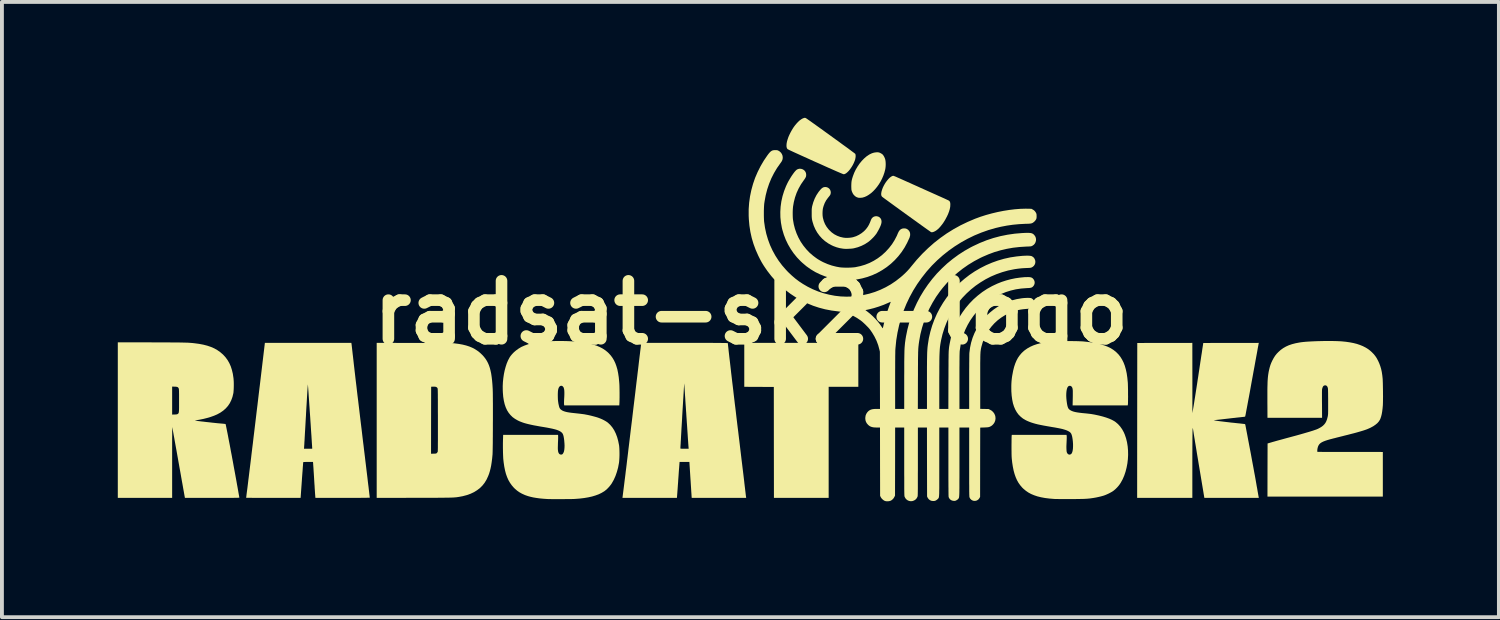
<source format=kicad_pcb>
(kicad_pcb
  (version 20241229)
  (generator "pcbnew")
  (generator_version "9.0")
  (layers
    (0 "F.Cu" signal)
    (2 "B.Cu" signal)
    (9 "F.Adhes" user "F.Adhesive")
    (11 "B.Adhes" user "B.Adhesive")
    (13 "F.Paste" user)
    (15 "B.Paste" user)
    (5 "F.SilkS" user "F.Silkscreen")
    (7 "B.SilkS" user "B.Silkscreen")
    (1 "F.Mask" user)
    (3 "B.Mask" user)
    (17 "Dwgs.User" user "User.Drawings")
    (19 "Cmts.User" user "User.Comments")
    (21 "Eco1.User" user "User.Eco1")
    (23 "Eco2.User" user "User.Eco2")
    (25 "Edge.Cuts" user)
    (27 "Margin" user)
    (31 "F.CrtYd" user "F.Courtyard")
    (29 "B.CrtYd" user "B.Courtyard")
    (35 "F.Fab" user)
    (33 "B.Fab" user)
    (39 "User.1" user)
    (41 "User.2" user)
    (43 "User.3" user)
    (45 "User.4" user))
  (footprint "radsat-sk2-logo"
    (layer "F.Cu")
    (at 16.399 5.043)
    (property "Reference" "radsat-sk2-logo" (at 0 0 0) (layer "F.SilkS") (effects (font (size 1.5 1.5) (thickness 0.3))))
    (attr board_only exclude_from_pos_files exclude_from_bom)
    (fp_poly (pts (xy 2.774 1.354) (xy 2.774 1.922) (xy 2.39 1.922) (xy 2.006 1.922) (xy 2.006 3.36) (xy 2.006 4.798) (xy 1.297 4.798) (xy 0.589 4.798) (xy 0.587 3.361) (xy 0.586 1.925) (xy 0.203 1.924) (xy -0.179 1.922) (xy -0.179 1.353) (xy -0.179 0.785) (xy 1.297 0.785) (xy 2.774 0.785)) (stroke (width 0) (type solid)) (fill yes) (layer "F.SilkS"))
    (fp_poly (pts (xy 3.277 -4.15) (xy 3.295 -4.148) (xy 3.311 -4.145) (xy 3.326 -4.139) (xy 3.346 -4.13) (xy 3.368 -4.118) (xy 3.388 -4.105) (xy 3.401 -4.095) (xy 3.403 -4.093) (xy 3.425 -4.065) (xy 3.446 -4.029) (xy 3.463 -3.989) (xy 3.47 -3.967) (xy 3.478 -3.926) (xy 3.482 -3.877) (xy 3.483 -3.825) (xy 3.48 -3.771) (xy 3.473 -3.719) (xy 3.47 -3.705) (xy 3.449 -3.624) (xy 3.422 -3.546) (xy 3.389 -3.469) (xy 3.351 -3.395) (xy 3.308 -3.324) (xy 3.261 -3.258) (xy 3.211 -3.197) (xy 3.158 -3.141) (xy 3.103 -3.092) (xy 3.047 -3.051) (xy 2.99 -3.017) (xy 2.934 -2.992) (xy 2.877 -2.976) (xy 2.823 -2.971) (xy 2.819 -2.971) (xy 2.798 -2.972) (xy 2.781 -2.973) (xy 2.771 -2.974) (xy 2.727 -2.99) (xy 2.688 -3.015) (xy 2.654 -3.049) (xy 2.627 -3.091) (xy 2.608 -3.135) (xy 2.602 -3.153) (xy 2.598 -3.168) (xy 2.595 -3.184) (xy 2.594 -3.203) (xy 2.593 -3.227) (xy 2.592 -3.258) (xy 2.592 -3.276) (xy 2.593 -3.323) (xy 2.595 -3.363) (xy 2.599 -3.4) (xy 2.606 -3.436) (xy 2.616 -3.475) (xy 2.63 -3.519) (xy 2.635 -3.534) (xy 2.667 -3.619) (xy 2.707 -3.702) (xy 2.754 -3.781) (xy 2.805 -3.856) (xy 2.862 -3.926) (xy 2.922 -3.988) (xy 2.984 -4.042) (xy 3.049 -4.086) (xy 3.071 -4.099) (xy 3.127 -4.125) (xy 3.179 -4.141) (xy 3.232 -4.149) (xy 3.251 -4.15)) (stroke (width 0) (type solid)) (fill yes) (layer "F.SilkS"))
    (fp_poly (pts (xy 1.403 -5.04) (xy 1.415 -5.035) (xy 1.423 -5.03) (xy 1.44 -5.019) (xy 1.463 -5.003) (xy 1.494 -4.981) (xy 1.532 -4.955) (xy 1.575 -4.924) (xy 1.623 -4.89) (xy 1.676 -4.852) (xy 1.732 -4.812) (xy 1.792 -4.769) (xy 1.855 -4.724) (xy 1.919 -4.677) (xy 1.985 -4.63) (xy 2.051 -4.582) (xy 2.117 -4.534) (xy 2.183 -4.486) (xy 2.248 -4.44) (xy 2.31 -4.394) (xy 2.37 -4.35) (xy 2.427 -4.309) (xy 2.481 -4.27) (xy 2.529 -4.234) (xy 2.573 -4.202) (xy 2.611 -4.173) (xy 2.643 -4.15) (xy 2.668 -4.131) (xy 2.685 -4.118) (xy 2.694 -4.11) (xy 2.695 -4.109) (xy 2.701 -4.091) (xy 2.704 -4.065) (xy 2.704 -4.034) (xy 2.699 -4) (xy 2.692 -3.965) (xy 2.688 -3.951) (xy 2.668 -3.899) (xy 2.645 -3.848) (xy 2.618 -3.798) (xy 2.588 -3.751) (xy 2.557 -3.707) (xy 2.525 -3.668) (xy 2.492 -3.635) (xy 2.461 -3.609) (xy 2.431 -3.591) (xy 2.404 -3.582) (xy 2.393 -3.582) (xy 2.386 -3.584) (xy 2.37 -3.59) (xy 2.345 -3.6) (xy 2.311 -3.614) (xy 2.269 -3.632) (xy 2.217 -3.654) (xy 2.156 -3.681) (xy 2.086 -3.712) (xy 2.006 -3.747) (xy 1.917 -3.787) (xy 1.818 -3.832) (xy 1.708 -3.881) (xy 1.662 -3.901) (xy 1.553 -3.95) (xy 1.455 -3.995) (xy 1.366 -4.035) (xy 1.286 -4.071) (xy 1.216 -4.103) (xy 1.154 -4.131) (xy 1.101 -4.155) (xy 1.056 -4.176) (xy 1.018 -4.194) (xy 0.988 -4.208) (xy 0.965 -4.22) (xy 0.95 -4.228) (xy 0.94 -4.233) (xy 0.938 -4.236) (xy 0.923 -4.261) (xy 0.915 -4.295) (xy 0.914 -4.335) (xy 0.918 -4.382) (xy 0.928 -4.433) (xy 0.944 -4.488) (xy 0.964 -4.546) (xy 0.99 -4.605) (xy 1.02 -4.666) (xy 1.054 -4.727) (xy 1.091 -4.787) (xy 1.129 -4.84) (xy 1.171 -4.891) (xy 1.213 -4.936) (xy 1.255 -4.975) (xy 1.297 -5.005) (xy 1.335 -5.027) (xy 1.36 -5.036) (xy 1.379 -5.041) (xy 1.391 -5.043)) (stroke (width 0) (type solid)) (fill yes) (layer "F.SilkS"))
    (fp_poly (pts (xy 3.68 -3.541) (xy 3.685 -3.54) (xy 3.691 -3.538) (xy 3.7 -3.535) (xy 3.713 -3.53) (xy 3.728 -3.524) (xy 3.748 -3.516) (xy 3.772 -3.505) (xy 3.801 -3.492) (xy 3.836 -3.477) (xy 3.878 -3.458) (xy 3.926 -3.437) (xy 3.981 -3.412) (xy 4.044 -3.384) (xy 4.116 -3.352) (xy 4.197 -3.315) (xy 4.287 -3.275) (xy 4.316 -3.262) (xy 4.386 -3.23) (xy 4.458 -3.198) (xy 4.529 -3.166) (xy 4.598 -3.135) (xy 4.663 -3.106) (xy 4.725 -3.078) (xy 4.782 -3.053) (xy 4.832 -3.03) (xy 4.875 -3.011) (xy 4.909 -2.996) (xy 4.918 -2.992) (xy 4.959 -2.973) (xy 4.998 -2.956) (xy 5.034 -2.939) (xy 5.064 -2.925) (xy 5.088 -2.914) (xy 5.104 -2.907) (xy 5.107 -2.905) (xy 5.127 -2.892) (xy 5.141 -2.876) (xy 5.15 -2.854) (xy 5.155 -2.826) (xy 5.156 -2.794) (xy 5.153 -2.739) (xy 5.142 -2.681) (xy 5.124 -2.62) (xy 5.099 -2.554) (xy 5.07 -2.491) (xy 5.021 -2.399) (xy 4.968 -2.315) (xy 4.91 -2.24) (xy 4.876 -2.201) (xy 4.839 -2.164) (xy 4.801 -2.133) (xy 4.764 -2.109) (xy 4.729 -2.092) (xy 4.698 -2.082) (xy 4.67 -2.08) (xy 4.657 -2.083) (xy 4.651 -2.087) (xy 4.637 -2.097) (xy 4.615 -2.113) (xy 4.585 -2.134) (xy 4.549 -2.159) (xy 4.507 -2.189) (xy 4.46 -2.223) (xy 4.408 -2.26) (xy 4.353 -2.3) (xy 4.294 -2.342) (xy 4.232 -2.387) (xy 4.168 -2.433) (xy 4.103 -2.48) (xy 4.037 -2.527) (xy 3.971 -2.575) (xy 3.906 -2.622) (xy 3.841 -2.669) (xy 3.778 -2.715) (xy 3.718 -2.758) (xy 3.661 -2.8) (xy 3.607 -2.839) (xy 3.558 -2.875) (xy 3.514 -2.907) (xy 3.475 -2.935) (xy 3.443 -2.959) (xy 3.417 -2.978) (xy 3.399 -2.992) (xy 3.389 -2.999) (xy 3.387 -3.001) (xy 3.373 -3.023) (xy 3.366 -3.053) (xy 3.367 -3.091) (xy 3.375 -3.136) (xy 3.389 -3.183) (xy 3.408 -3.234) (xy 3.432 -3.284) (xy 3.46 -3.334) (xy 3.49 -3.38) (xy 3.523 -3.423) (xy 3.556 -3.462) (xy 3.589 -3.494) (xy 3.621 -3.518) (xy 3.651 -3.535) (xy 3.668 -3.54) (xy 3.671 -3.54) (xy 3.674 -3.541) (xy 3.676 -3.541)) (stroke (width 0) (type solid)) (fill yes) (layer "F.SilkS"))
    (fp_poly (pts (xy 1.958 -3.246) (xy 1.992 -3.231) (xy 2.021 -3.209) (xy 2.042 -3.181) (xy 2.056 -3.147) (xy 2.061 -3.111) (xy 2.057 -3.08) (xy 2.054 -3.067) (xy 2.05 -3.055) (xy 2.043 -3.042) (xy 2.033 -3.027) (xy 2.018 -3.008) (xy 1.998 -2.983) (xy 1.988 -2.971) (xy 1.942 -2.908) (xy 1.904 -2.837) (xy 1.875 -2.761) (xy 1.859 -2.705) (xy 1.852 -2.662) (xy 1.848 -2.612) (xy 1.847 -2.56) (xy 1.849 -2.509) (xy 1.855 -2.464) (xy 1.858 -2.449) (xy 1.88 -2.367) (xy 1.912 -2.29) (xy 1.953 -2.22) (xy 2.004 -2.154) (xy 2.023 -2.134) (xy 2.085 -2.075) (xy 2.152 -2.027) (xy 2.225 -1.989) (xy 2.302 -1.96) (xy 2.383 -1.941) (xy 2.436 -1.935) (xy 2.495 -1.934) (xy 2.555 -1.938) (xy 2.612 -1.946) (xy 2.642 -1.953) (xy 2.716 -1.977) (xy 2.788 -2.012) (xy 2.857 -2.055) (xy 2.919 -2.105) (xy 2.955 -2.141) (xy 2.991 -2.184) (xy 3.023 -2.229) (xy 3.051 -2.279) (xy 3.077 -2.336) (xy 3.102 -2.401) (xy 3.12 -2.436) (xy 3.145 -2.463) (xy 3.176 -2.483) (xy 3.211 -2.493) (xy 3.249 -2.495) (xy 3.287 -2.486) (xy 3.295 -2.483) (xy 3.328 -2.463) (xy 3.352 -2.436) (xy 3.368 -2.404) (xy 3.375 -2.366) (xy 3.373 -2.324) (xy 3.363 -2.284) (xy 3.351 -2.251) (xy 3.334 -2.212) (xy 3.314 -2.17) (xy 3.291 -2.127) (xy 3.268 -2.087) (xy 3.247 -2.051) (xy 3.235 -2.034) (xy 3.206 -1.997) (xy 3.171 -1.956) (xy 3.131 -1.916) (xy 3.091 -1.878) (xy 3.053 -1.845) (xy 3.033 -1.83) (xy 2.946 -1.773) (xy 2.856 -1.728) (xy 2.762 -1.692) (xy 2.664 -1.666) (xy 2.639 -1.661) (xy 2.609 -1.657) (xy 2.571 -1.654) (xy 2.528 -1.652) (xy 2.484 -1.65) (xy 2.442 -1.65) (xy 2.405 -1.652) (xy 2.382 -1.654) (xy 2.295 -1.668) (xy 2.213 -1.69) (xy 2.132 -1.72) (xy 2.082 -1.743) (xy 1.992 -1.793) (xy 1.91 -1.851) (xy 1.835 -1.917) (xy 1.769 -1.99) (xy 1.71 -2.071) (xy 1.661 -2.157) (xy 1.62 -2.25) (xy 1.589 -2.349) (xy 1.579 -2.389) (xy 1.575 -2.41) (xy 1.572 -2.429) (xy 1.57 -2.45) (xy 1.568 -2.473) (xy 1.567 -2.502) (xy 1.567 -2.538) (xy 1.567 -2.573) (xy 1.567 -2.616) (xy 1.567 -2.65) (xy 1.568 -2.678) (xy 1.57 -2.7) (xy 1.573 -2.72) (xy 1.576 -2.74) (xy 1.579 -2.755) (xy 1.607 -2.855) (xy 1.644 -2.951) (xy 1.69 -3.041) (xy 1.746 -3.125) (xy 1.788 -3.177) (xy 1.816 -3.207) (xy 1.842 -3.228) (xy 1.867 -3.242) (xy 1.894 -3.249) (xy 1.92 -3.251)) (stroke (width 0) (type solid)) (fill yes) (layer "F.SilkS"))
    (fp_poly (pts (xy 1.287 -3.723) (xy 1.322 -3.714) (xy 1.355 -3.697) (xy 1.383 -3.674) (xy 1.405 -3.644) (xy 1.419 -3.61) (xy 1.424 -3.571) (xy 1.423 -3.547) (xy 1.42 -3.526) (xy 1.412 -3.505) (xy 1.4 -3.482) (xy 1.383 -3.455) (xy 1.364 -3.429) (xy 1.29 -3.322) (xy 1.228 -3.212) (xy 1.176 -3.099) (xy 1.135 -2.982) (xy 1.104 -2.861) (xy 1.084 -2.746) (xy 1.08 -2.705) (xy 1.077 -2.656) (xy 1.075 -2.603) (xy 1.075 -2.549) (xy 1.076 -2.497) (xy 1.078 -2.45) (xy 1.081 -2.413) (xy 1.102 -2.289) (xy 1.133 -2.169) (xy 1.174 -2.052) (xy 1.224 -1.94) (xy 1.283 -1.833) (xy 1.352 -1.732) (xy 1.429 -1.637) (xy 1.513 -1.549) (xy 1.606 -1.469) (xy 1.637 -1.446) (xy 1.681 -1.413) (xy 1.72 -1.386) (xy 1.758 -1.363) (xy 1.796 -1.341) (xy 1.839 -1.318) (xy 1.869 -1.303) (xy 1.977 -1.256) (xy 2.087 -1.218) (xy 2.201 -1.189) (xy 2.287 -1.173) (xy 2.329 -1.168) (xy 2.38 -1.165) (xy 2.436 -1.163) (xy 2.495 -1.163) (xy 2.553 -1.164) (xy 2.609 -1.167) (xy 2.659 -1.171) (xy 2.699 -1.176) (xy 2.826 -1.203) (xy 2.948 -1.239) (xy 3.063 -1.285) (xy 3.173 -1.341) (xy 3.278 -1.406) (xy 3.378 -1.481) (xy 3.472 -1.566) (xy 3.484 -1.578) (xy 3.569 -1.671) (xy 3.646 -1.77) (xy 3.712 -1.875) (xy 3.77 -1.986) (xy 3.8 -2.057) (xy 3.822 -2.101) (xy 3.848 -2.136) (xy 3.878 -2.16) (xy 3.914 -2.175) (xy 3.955 -2.18) (xy 3.96 -2.18) (xy 3.997 -2.177) (xy 4.029 -2.166) (xy 4.059 -2.146) (xy 4.065 -2.141) (xy 4.092 -2.11) (xy 4.109 -2.075) (xy 4.116 -2.035) (xy 4.114 -1.991) (xy 4.101 -1.945) (xy 4.098 -1.936) (xy 4.039 -1.808) (xy 3.972 -1.685) (xy 3.896 -1.569) (xy 3.811 -1.46) (xy 3.718 -1.358) (xy 3.618 -1.264) (xy 3.51 -1.178) (xy 3.395 -1.101) (xy 3.274 -1.032) (xy 3.267 -1.029) (xy 3.14 -0.97) (xy 3.008 -0.922) (xy 2.874 -0.885) (xy 2.736 -0.858) (xy 2.713 -0.855) (xy 2.683 -0.851) (xy 2.645 -0.849) (xy 2.601 -0.846) (xy 2.552 -0.845) (xy 2.503 -0.843) (xy 2.453 -0.843) (xy 2.408 -0.843) (xy 2.367 -0.844) (xy 2.334 -0.846) (xy 2.324 -0.847) (xy 2.182 -0.867) (xy 2.045 -0.897) (xy 1.912 -0.938) (xy 1.784 -0.989) (xy 1.66 -1.049) (xy 1.542 -1.12) (xy 1.429 -1.2) (xy 1.322 -1.291) (xy 1.28 -1.33) (xy 1.186 -1.428) (xy 1.1 -1.534) (xy 1.023 -1.646) (xy 0.954 -1.765) (xy 0.895 -1.887) (xy 0.846 -2.014) (xy 0.807 -2.144) (xy 0.794 -2.197) (xy 0.77 -2.332) (xy 0.756 -2.469) (xy 0.754 -2.606) (xy 0.762 -2.742) (xy 0.781 -2.878) (xy 0.811 -3.012) (xy 0.851 -3.143) (xy 0.901 -3.271) (xy 0.938 -3.35) (xy 0.963 -3.398) (xy 0.991 -3.446) (xy 1.02 -3.494) (xy 1.049 -3.54) (xy 1.079 -3.583) (xy 1.107 -3.622) (xy 1.133 -3.654) (xy 1.156 -3.679) (xy 1.175 -3.696) (xy 1.177 -3.698) (xy 1.212 -3.716) (xy 1.25 -3.724)) (stroke (width 0) (type solid)) (fill yes) (layer "F.SilkS"))
    (fp_poly (pts (xy -8.725 0.786) (xy -8.601 0.786) (xy -8.488 0.787) (xy -8.385 0.787) (xy -8.291 0.787) (xy -8.207 0.788) (xy -8.131 0.788) (xy -8.063 0.788) (xy -8.003 0.789) (xy -7.949 0.789) (xy -7.902 0.789) (xy -7.862 0.79) (xy -7.826 0.79) (xy -7.795 0.791) (xy -7.769 0.792) (xy -7.747 0.792) (xy -7.728 0.793) (xy -7.711 0.794) (xy -7.697 0.795) (xy -7.684 0.796) (xy -7.673 0.798) (xy -7.673 0.798) (xy -7.566 0.812) (xy -7.468 0.83) (xy -7.38 0.852) (xy -7.299 0.878) (xy -7.224 0.909) (xy -7.155 0.945) (xy -7.091 0.986) (xy -7.029 1.034) (xy -6.971 1.088) (xy -6.963 1.096) (xy -6.92 1.143) (xy -6.882 1.192) (xy -6.848 1.244) (xy -6.818 1.3) (xy -6.791 1.361) (xy -6.768 1.428) (xy -6.749 1.5) (xy -6.732 1.58) (xy -6.719 1.668) (xy -6.708 1.764) (xy -6.699 1.87) (xy -6.692 1.986) (xy -6.692 2.002) (xy -6.691 2.029) (xy -6.69 2.065) (xy -6.689 2.111) (xy -6.689 2.164) (xy -6.688 2.225) (xy -6.688 2.292) (xy -6.687 2.364) (xy -6.687 2.441) (xy -6.687 2.522) (xy -6.687 2.606) (xy -6.687 2.692) (xy -6.687 2.78) (xy -6.688 2.867) (xy -6.688 2.955) (xy -6.688 3.041) (xy -6.689 3.126) (xy -6.689 3.207) (xy -6.69 3.285) (xy -6.69 3.358) (xy -6.691 3.426) (xy -6.692 3.488) (xy -6.693 3.543) (xy -6.694 3.59) (xy -6.695 3.628) (xy -6.696 3.657) (xy -6.697 3.676) (xy -6.697 3.677) (xy -6.707 3.78) (xy -6.719 3.873) (xy -6.732 3.958) (xy -6.748 4.035) (xy -6.766 4.106) (xy -6.786 4.172) (xy -6.81 4.234) (xy -6.851 4.323) (xy -6.9 4.404) (xy -6.957 4.477) (xy -7.022 4.542) (xy -7.096 4.599) (xy -7.177 4.649) (xy -7.266 4.691) (xy -7.364 4.726) (xy -7.47 4.754) (xy -7.535 4.766) (xy -7.556 4.77) (xy -7.574 4.773) (xy -7.592 4.776) (xy -7.61 4.778) (xy -7.627 4.781) (xy -7.646 4.783) (xy -7.666 4.784) (xy -7.687 4.786) (xy -7.712 4.788) (xy -7.739 4.789) (xy -7.769 4.79) (xy -7.804 4.791) (xy -7.844 4.792) (xy -7.888 4.793) (xy -7.939 4.793) (xy -7.996 4.794) (xy -8.059 4.794) (xy -8.13 4.795) (xy -8.209 4.795) (xy -8.297 4.795) (xy -8.393 4.795) (xy -8.5 4.796) (xy -8.616 4.796) (xy -8.722 4.796) (xy -9.696 4.798) (xy -9.696 3.655) (xy -8.289 3.655) (xy -8.222 3.653) (xy -8.194 3.652) (xy -8.174 3.651) (xy -8.161 3.649) (xy -8.152 3.646) (xy -8.145 3.641) (xy -8.138 3.635) (xy -8.125 3.619) (xy -8.116 3.601) (xy -8.115 3.598) (xy -8.114 3.589) (xy -8.114 3.569) (xy -8.113 3.538) (xy -8.112 3.496) (xy -8.112 3.444) (xy -8.112 3.381) (xy -8.111 3.308) (xy -8.111 3.225) (xy -8.111 3.131) (xy -8.111 3.028) (xy -8.111 2.915) (xy -8.111 2.793) (xy -8.111 2.772) (xy -8.111 2.662) (xy -8.112 2.561) (xy -8.112 2.471) (xy -8.112 2.391) (xy -8.112 2.32) (xy -8.112 2.257) (xy -8.113 2.201) (xy -8.113 2.154) (xy -8.113 2.113) (xy -8.114 2.078) (xy -8.114 2.049) (xy -8.115 2.025) (xy -8.115 2.006) (xy -8.116 1.991) (xy -8.117 1.979) (xy -8.118 1.97) (xy -8.119 1.964) (xy -8.12 1.96) (xy -8.122 1.956) (xy -8.123 1.954) (xy -8.124 1.952) (xy -8.138 1.937) (xy -8.155 1.926) (xy -8.176 1.92) (xy -8.205 1.918) (xy -8.23 1.918) (xy -8.286 1.92) (xy -8.288 2.787) (xy -8.289 3.655) (xy -9.696 3.655) (xy -9.696 2.791) (xy -9.696 0.784)) (stroke (width 0) (type solid)) (fill yes) (layer "F.SilkS"))
    (fp_poly (pts (xy 11.423 1.694) (xy 11.423 2.603) (xy 11.442 2.494) (xy 11.447 2.464) (xy 11.454 2.424) (xy 11.462 2.375) (xy 11.471 2.317) (xy 11.481 2.252) (xy 11.493 2.179) (xy 11.505 2.101) (xy 11.518 2.017) (xy 11.532 1.929) (xy 11.546 1.838) (xy 11.56 1.744) (xy 11.575 1.649) (xy 11.589 1.552) (xy 11.604 1.456) (xy 11.618 1.36) (xy 11.621 1.342) (xy 11.63 1.279) (xy 11.64 1.216) (xy 11.649 1.154) (xy 11.658 1.095) (xy 11.667 1.04) (xy 11.674 0.991) (xy 11.68 0.949) (xy 11.685 0.917) (xy 11.687 0.905) (xy 11.705 0.787) (xy 12.424 0.786) (xy 13.143 0.785) (xy 13.14 0.797) (xy 13.138 0.807) (xy 13.134 0.827) (xy 13.129 0.857) (xy 13.121 0.897) (xy 13.112 0.946) (xy 13.102 1.004) (xy 13.09 1.07) (xy 13.076 1.145) (xy 13.061 1.226) (xy 13.045 1.315) (xy 13.028 1.41) (xy 13.009 1.511) (xy 12.99 1.617) (xy 12.977 1.687) (xy 12.953 1.818) (xy 12.93 1.946) (xy 12.908 2.069) (xy 12.886 2.187) (xy 12.865 2.297) (xy 12.846 2.401) (xy 12.828 2.496) (xy 12.812 2.581) (xy 12.802 2.636) (xy 12.797 2.659) (xy 12.793 2.678) (xy 12.789 2.691) (xy 12.788 2.694) (xy 12.782 2.695) (xy 12.766 2.698) (xy 12.743 2.701) (xy 12.714 2.704) (xy 12.685 2.707) (xy 12.654 2.711) (xy 12.615 2.715) (xy 12.568 2.72) (xy 12.518 2.726) (xy 12.466 2.731) (xy 12.414 2.737) (xy 12.392 2.74) (xy 12.34 2.746) (xy 12.287 2.752) (xy 12.234 2.758) (xy 12.184 2.764) (xy 12.139 2.769) (xy 12.102 2.773) (xy 12.089 2.774) (xy 12.056 2.778) (xy 12.026 2.781) (xy 12.002 2.784) (xy 11.986 2.786) (xy 11.979 2.787) (xy 11.979 2.787) (xy 11.983 2.789) (xy 11.997 2.792) (xy 12.02 2.796) (xy 12.052 2.801) (xy 12.091 2.807) (xy 12.136 2.813) (xy 12.187 2.819) (xy 12.243 2.826) (xy 12.302 2.833) (xy 12.363 2.84) (xy 12.426 2.848) (xy 12.49 2.854) (xy 12.554 2.861) (xy 12.6 2.866) (xy 12.645 2.87) (xy 12.685 2.875) (xy 12.721 2.879) (xy 12.75 2.882) (xy 12.772 2.885) (xy 12.785 2.887) (xy 12.788 2.888) (xy 12.79 2.895) (xy 12.794 2.91) (xy 12.799 2.93) (xy 12.799 2.93) (xy 12.801 2.942) (xy 12.805 2.963) (xy 12.811 2.994) (xy 12.818 3.033) (xy 12.827 3.079) (xy 12.837 3.131) (xy 12.848 3.188) (xy 12.859 3.249) (xy 12.871 3.313) (xy 12.879 3.354) (xy 12.908 3.506) (xy 12.935 3.647) (xy 12.959 3.779) (xy 12.982 3.903) (xy 13.004 4.02) (xy 13.024 4.131) (xy 13.044 4.236) (xy 13.062 4.338) (xy 13.079 4.436) (xy 13.092 4.512) (xy 13.102 4.564) (xy 13.11 4.614) (xy 13.118 4.659) (xy 13.125 4.699) (xy 13.131 4.733) (xy 13.136 4.759) (xy 13.139 4.776) (xy 13.14 4.782) (xy 13.144 4.798) (xy 12.438 4.798) (xy 11.733 4.798) (xy 11.603 4.017) (xy 11.587 3.923) (xy 11.572 3.83) (xy 11.557 3.74) (xy 11.542 3.652) (xy 11.529 3.569) (xy 11.516 3.49) (xy 11.504 3.416) (xy 11.492 3.349) (xy 11.483 3.288) (xy 11.474 3.235) (xy 11.467 3.19) (xy 11.461 3.155) (xy 11.457 3.129) (xy 11.456 3.119) (xy 11.45 3.083) (xy 11.445 3.051) (xy 11.441 3.024) (xy 11.437 3.003) (xy 11.434 2.992) (xy 11.434 2.99) (xy 11.432 2.99) (xy 11.431 2.998) (xy 11.43 3.014) (xy 11.428 3.039) (xy 11.427 3.072) (xy 11.426 3.114) (xy 11.426 3.165) (xy 11.425 3.226) (xy 11.424 3.296) (xy 11.424 3.376) (xy 11.423 3.465) (xy 11.423 3.565) (xy 11.422 3.676) (xy 11.422 3.797) (xy 11.422 3.929) (xy 11.422 4.028) (xy 11.422 4.798) (xy 10.708 4.798) (xy 9.993 4.798) (xy 9.994 2.792) (xy 9.996 0.787) (xy 10.709 0.786) (xy 11.422 0.785)) (stroke (width 0) (type solid)) (fill yes) (layer "F.SilkS"))
    (fp_poly (pts (xy -10.349 0.803) (xy -10.348 0.812) (xy -10.345 0.831) (xy -10.342 0.859) (xy -10.338 0.894) (xy -10.333 0.937) (xy -10.328 0.984) (xy -10.322 1.036) (xy -10.316 1.09) (xy -10.315 1.096) (xy -10.306 1.174) (xy -10.297 1.253) (xy -10.288 1.336) (xy -10.278 1.421) (xy -10.268 1.509) (xy -10.257 1.601) (xy -10.246 1.698) (xy -10.234 1.799) (xy -10.221 1.906) (xy -10.208 2.019) (xy -10.194 2.139) (xy -10.178 2.266) (xy -10.162 2.4) (xy -10.145 2.542) (xy -10.127 2.693) (xy -10.108 2.853) (xy -10.087 3.022) (xy -10.066 3.202) (xy -10.047 3.36) (xy -10.035 3.454) (xy -10.024 3.55) (xy -10.012 3.647) (xy -10 3.744) (xy -9.989 3.841) (xy -9.977 3.936) (xy -9.966 4.029) (xy -9.955 4.121) (xy -9.944 4.209) (xy -9.934 4.293) (xy -9.925 4.373) (xy -9.916 4.448) (xy -9.907 4.517) (xy -9.9 4.58) (xy -9.893 4.636) (xy -9.888 4.685) (xy -9.883 4.725) (xy -9.879 4.757) (xy -9.877 4.778) (xy -9.875 4.79) (xy -9.875 4.792) (xy -9.881 4.793) (xy -9.898 4.794) (xy -9.925 4.794) (xy -9.964 4.795) (xy -10.014 4.796) (xy -10.074 4.796) (xy -10.145 4.797) (xy -10.226 4.797) (xy -10.319 4.797) (xy -10.421 4.797) (xy -10.534 4.798) (xy -10.579 4.798) (xy -11.282 4.798) (xy -11.284 4.785) (xy -11.285 4.777) (xy -11.286 4.76) (xy -11.288 4.732) (xy -11.291 4.697) (xy -11.294 4.653) (xy -11.297 4.604) (xy -11.301 4.548) (xy -11.304 4.487) (xy -11.309 4.423) (xy -11.313 4.355) (xy -11.313 4.355) (xy -11.317 4.286) (xy -11.321 4.221) (xy -11.325 4.158) (xy -11.329 4.101) (xy -11.332 4.048) (xy -11.335 4.002) (xy -11.338 3.964) (xy -11.34 3.933) (xy -11.341 3.913) (xy -11.342 3.902) (xy -11.345 3.867) (xy -11.471 3.867) (xy -11.514 3.867) (xy -11.547 3.868) (xy -11.571 3.869) (xy -11.587 3.87) (xy -11.596 3.872) (xy -11.598 3.874) (xy -11.599 3.881) (xy -11.601 3.898) (xy -11.603 3.924) (xy -11.605 3.959) (xy -11.609 4.002) (xy -11.612 4.052) (xy -11.616 4.108) (xy -11.621 4.169) (xy -11.626 4.234) (xy -11.631 4.304) (xy -11.633 4.339) (xy -11.666 4.798) (xy -12.371 4.798) (xy -12.458 4.798) (xy -12.543 4.797) (xy -12.624 4.797) (xy -12.701 4.797) (xy -12.772 4.797) (xy -12.837 4.797) (xy -12.896 4.797) (xy -12.948 4.796) (xy -12.992 4.796) (xy -13.027 4.796) (xy -13.053 4.796) (xy -13.07 4.795) (xy -13.076 4.795) (xy -13.076 4.795) (xy -13.075 4.789) (xy -13.073 4.773) (xy -13.07 4.748) (xy -13.066 4.715) (xy -13.061 4.674) (xy -13.055 4.628) (xy -13.048 4.576) (xy -13.041 4.521) (xy -13.036 4.48) (xy -13.028 4.416) (xy -13.02 4.346) (xy -13.01 4.269) (xy -13 4.186) (xy -12.989 4.095) (xy -12.977 3.998) (xy -12.964 3.893) (xy -12.95 3.78) (xy -12.936 3.659) (xy -12.92 3.53) (xy -12.92 3.525) (xy -11.579 3.525) (xy -11.473 3.525) (xy -11.366 3.525) (xy -11.366 3.507) (xy -11.366 3.498) (xy -11.368 3.479) (xy -11.369 3.45) (xy -11.372 3.412) (xy -11.375 3.366) (xy -11.378 3.313) (xy -11.382 3.254) (xy -11.386 3.188) (xy -11.391 3.118) (xy -11.396 3.044) (xy -11.401 2.966) (xy -11.406 2.885) (xy -11.412 2.803) (xy -11.417 2.72) (xy -11.423 2.636) (xy -11.429 2.552) (xy -11.434 2.47) (xy -11.44 2.39) (xy -11.445 2.313) (xy -11.45 2.239) (xy -11.455 2.17) (xy -11.459 2.106) (xy -11.463 2.047) (xy -11.467 1.995) (xy -11.47 1.951) (xy -11.473 1.915) (xy -11.475 1.888) (xy -11.476 1.87) (xy -11.477 1.864) (xy -11.478 1.865) (xy -11.479 1.877) (xy -11.481 1.9) (xy -11.484 1.934) (xy -11.487 1.98) (xy -11.491 2.036) (xy -11.495 2.104) (xy -11.5 2.183) (xy -11.505 2.273) (xy -11.511 2.375) (xy -11.518 2.487) (xy -11.525 2.611) (xy -11.527 2.659) (xy -11.533 2.755) (xy -11.538 2.847) (xy -11.543 2.937) (xy -11.548 3.022) (xy -11.553 3.102) (xy -11.557 3.177) (xy -11.561 3.246) (xy -11.564 3.308) (xy -11.568 3.362) (xy -11.57 3.409) (xy -11.573 3.447) (xy -11.575 3.476) (xy -11.576 3.496) (xy -11.576 3.504) (xy -11.576 3.504) (xy -11.579 3.525) (xy -12.92 3.525) (xy -12.903 3.392) (xy -12.886 3.245) (xy -12.867 3.089) (xy -12.847 2.924) (xy -12.826 2.749) (xy -12.804 2.564) (xy -12.78 2.369) (xy -12.756 2.163) (xy -12.73 1.946) (xy -12.724 1.901) (xy -12.591 0.785) (xy -11.471 0.785) (xy -10.352 0.785)) (stroke (width 0) (type solid)) (fill yes) (layer "F.SilkS"))
    (fp_poly (pts (xy 15.014 0.736) (xy 15.095 0.737) (xy 15.17 0.739) (xy 15.238 0.742) (xy 15.287 0.745) (xy 15.398 0.756) (xy 15.501 0.771) (xy 15.594 0.789) (xy 15.681 0.811) (xy 15.761 0.838) (xy 15.837 0.869) (xy 15.849 0.875) (xy 15.915 0.909) (xy 15.974 0.946) (xy 16.027 0.987) (xy 16.067 1.023) (xy 16.116 1.073) (xy 16.158 1.124) (xy 16.195 1.18) (xy 16.229 1.244) (xy 16.231 1.247) (xy 16.262 1.316) (xy 16.288 1.386) (xy 16.31 1.46) (xy 16.327 1.538) (xy 16.34 1.624) (xy 16.349 1.709) (xy 16.351 1.737) (xy 16.352 1.774) (xy 16.354 1.819) (xy 16.355 1.87) (xy 16.356 1.927) (xy 16.357 1.986) (xy 16.358 2.047) (xy 16.358 2.109) (xy 16.359 2.169) (xy 16.358 2.226) (xy 16.358 2.278) (xy 16.357 2.324) (xy 16.356 2.363) (xy 16.355 2.392) (xy 16.355 2.396) (xy 16.347 2.485) (xy 16.337 2.563) (xy 16.325 2.632) (xy 16.31 2.691) (xy 16.293 2.742) (xy 16.28 2.772) (xy 16.252 2.817) (xy 16.214 2.861) (xy 16.165 2.902) (xy 16.107 2.942) (xy 16.039 2.979) (xy 16.029 2.984) (xy 16 2.997) (xy 15.97 3.01) (xy 15.939 3.023) (xy 15.905 3.035) (xy 15.867 3.048) (xy 15.826 3.061) (xy 15.779 3.075) (xy 15.727 3.09) (xy 15.668 3.107) (xy 15.601 3.125) (xy 15.526 3.144) (xy 15.442 3.166) (xy 15.348 3.189) (xy 15.327 3.195) (xy 15.27 3.209) (xy 15.215 3.223) (xy 15.162 3.236) (xy 15.114 3.249) (xy 15.071 3.259) (xy 15.035 3.269) (xy 15.007 3.276) (xy 14.988 3.281) (xy 14.984 3.282) (xy 14.916 3.302) (xy 14.859 3.321) (xy 14.811 3.34) (xy 14.771 3.36) (xy 14.739 3.381) (xy 14.713 3.405) (xy 14.694 3.432) (xy 14.679 3.461) (xy 14.668 3.496) (xy 14.661 3.527) (xy 14.658 3.55) (xy 14.657 3.572) (xy 14.657 3.585) (xy 14.659 3.607) (xy 15.506 3.608) (xy 16.354 3.609) (xy 16.354 4.187) (xy 16.354 4.764) (xy 14.861 4.764) (xy 13.367 4.764) (xy 13.368 4.076) (xy 13.37 3.389) (xy 13.482 3.356) (xy 13.509 3.348) (xy 13.545 3.338) (xy 13.59 3.325) (xy 13.64 3.311) (xy 13.696 3.296) (xy 13.755 3.28) (xy 13.816 3.263) (xy 13.878 3.246) (xy 13.905 3.239) (xy 14.019 3.208) (xy 14.123 3.18) (xy 14.216 3.154) (xy 14.3 3.13) (xy 14.375 3.108) (xy 14.441 3.089) (xy 14.499 3.071) (xy 14.55 3.055) (xy 14.593 3.04) (xy 14.629 3.028) (xy 14.658 3.016) (xy 14.67 3.011) (xy 14.696 2.998) (xy 14.726 2.982) (xy 14.754 2.965) (xy 14.761 2.961) (xy 14.803 2.93) (xy 14.838 2.895) (xy 14.867 2.857) (xy 14.891 2.812) (xy 14.91 2.759) (xy 14.926 2.698) (xy 14.929 2.682) (xy 14.931 2.67) (xy 14.933 2.658) (xy 14.934 2.644) (xy 14.936 2.627) (xy 14.937 2.607) (xy 14.937 2.582) (xy 14.938 2.551) (xy 14.938 2.514) (xy 14.938 2.469) (xy 14.938 2.416) (xy 14.938 2.353) (xy 14.938 2.308) (xy 14.938 2.229) (xy 14.937 2.161) (xy 14.937 2.103) (xy 14.936 2.054) (xy 14.935 2.016) (xy 14.934 1.986) (xy 14.932 1.965) (xy 14.931 1.953) (xy 14.93 1.952) (xy 14.92 1.922) (xy 14.904 1.9) (xy 14.884 1.887) (xy 14.86 1.883) (xy 14.834 1.889) (xy 14.83 1.891) (xy 14.815 1.902) (xy 14.803 1.918) (xy 14.793 1.941) (xy 14.787 1.959) (xy 14.785 1.967) (xy 14.783 1.975) (xy 14.781 1.984) (xy 14.78 1.996) (xy 14.779 2.011) (xy 14.779 2.031) (xy 14.778 2.056) (xy 14.778 2.086) (xy 14.778 2.124) (xy 14.778 2.169) (xy 14.778 2.223) (xy 14.778 2.286) (xy 14.779 2.358) (xy 14.781 2.724) (xy 14.074 2.724) (xy 13.367 2.724) (xy 13.366 2.451) (xy 13.365 2.34) (xy 13.365 2.24) (xy 13.365 2.149) (xy 13.365 2.068) (xy 13.365 1.995) (xy 13.366 1.929) (xy 13.368 1.87) (xy 13.369 1.817) (xy 13.371 1.77) (xy 13.374 1.726) (xy 13.377 1.687) (xy 13.381 1.65) (xy 13.385 1.616) (xy 13.39 1.584) (xy 13.395 1.552) (xy 13.401 1.52) (xy 13.408 1.488) (xy 13.41 1.48) (xy 13.426 1.415) (xy 13.444 1.356) (xy 13.466 1.299) (xy 13.493 1.241) (xy 13.528 1.176) (xy 13.565 1.118) (xy 13.607 1.065) (xy 13.652 1.019) (xy 13.711 0.966) (xy 13.775 0.92) (xy 13.845 0.88) (xy 13.92 0.846) (xy 14.003 0.818) (xy 14.095 0.794) (xy 14.195 0.775) (xy 14.24 0.768) (xy 14.292 0.762) (xy 14.354 0.756) (xy 14.424 0.751) (xy 14.5 0.747) (xy 14.582 0.743) (xy 14.667 0.74) (xy 14.755 0.738) (xy 14.843 0.736) (xy 14.93 0.736)) (stroke (width 0) (type solid)) (fill yes) (layer "F.SilkS"))
    (fp_poly (pts (xy -1.59 0.785) (xy -1.466 0.785) (xy -1.351 0.785) (xy -1.247 0.785) (xy -1.153 0.785) (xy -1.067 0.785) (xy -0.99 0.785) (xy -0.922 0.786) (xy -0.862 0.786) (xy -0.809 0.786) (xy -0.763 0.787) (xy -0.724 0.787) (xy -0.692 0.787) (xy -0.665 0.788) (xy -0.644 0.789) (xy -0.627 0.789) (xy -0.616 0.79) (xy -0.609 0.791) (xy -0.606 0.792) (xy -0.605 0.792) (xy -0.605 0.799) (xy -0.603 0.816) (xy -0.6 0.843) (xy -0.596 0.878) (xy -0.591 0.921) (xy -0.586 0.97) (xy -0.58 1.024) (xy -0.573 1.084) (xy -0.566 1.147) (xy -0.558 1.214) (xy -0.55 1.282) (xy -0.542 1.351) (xy -0.534 1.421) (xy -0.526 1.489) (xy -0.519 1.557) (xy -0.511 1.621) (xy -0.507 1.656) (xy -0.499 1.725) (xy -0.491 1.795) (xy -0.482 1.867) (xy -0.473 1.941) (xy -0.464 2.017) (xy -0.455 2.098) (xy -0.445 2.182) (xy -0.434 2.272) (xy -0.423 2.367) (xy -0.41 2.468) (xy -0.397 2.576) (xy -0.384 2.691) (xy -0.369 2.815) (xy -0.353 2.948) (xy -0.335 3.09) (xy -0.317 3.242) (xy -0.308 3.315) (xy -0.296 3.415) (xy -0.284 3.516) (xy -0.272 3.617) (xy -0.26 3.718) (xy -0.248 3.818) (xy -0.236 3.914) (xy -0.225 4.007) (xy -0.214 4.095) (xy -0.204 4.177) (xy -0.195 4.253) (xy -0.187 4.32) (xy -0.18 4.379) (xy -0.175 4.428) (xy -0.174 4.433) (xy -0.167 4.494) (xy -0.16 4.551) (xy -0.154 4.604) (xy -0.148 4.652) (xy -0.143 4.695) (xy -0.139 4.73) (xy -0.135 4.757) (xy -0.133 4.775) (xy -0.132 4.782) (xy -0.129 4.798) (xy -0.834 4.798) (xy -1.54 4.798) (xy -1.543 4.757) (xy -1.544 4.745) (xy -1.545 4.722) (xy -1.547 4.691) (xy -1.55 4.651) (xy -1.553 4.604) (xy -1.556 4.55) (xy -1.56 4.492) (xy -1.564 4.428) (xy -1.568 4.362) (xy -1.573 4.293) (xy -1.573 4.292) (xy -1.6 3.867) (xy -1.727 3.867) (xy -1.854 3.867) (xy -1.857 3.905) (xy -1.858 3.917) (xy -1.86 3.939) (xy -1.862 3.97) (xy -1.865 4.01) (xy -1.869 4.056) (xy -1.873 4.109) (xy -1.877 4.166) (xy -1.881 4.228) (xy -1.886 4.293) (xy -1.889 4.335) (xy -1.893 4.401) (xy -1.898 4.465) (xy -1.902 4.525) (xy -1.906 4.581) (xy -1.91 4.631) (xy -1.913 4.675) (xy -1.916 4.711) (xy -1.918 4.738) (xy -1.919 4.756) (xy -1.92 4.763) (xy -1.923 4.798) (xy -2.628 4.798) (xy -3.333 4.798) (xy -3.289 4.451) (xy -3.282 4.392) (xy -3.274 4.328) (xy -3.265 4.26) (xy -3.256 4.187) (xy -3.247 4.109) (xy -3.236 4.025) (xy -3.225 3.935) (xy -3.214 3.839) (xy -3.201 3.736) (xy -3.188 3.626) (xy -3.175 3.515) (xy -1.833 3.515) (xy -1.832 3.519) (xy -1.829 3.521) (xy -1.821 3.523) (xy -1.808 3.524) (xy -1.788 3.525) (xy -1.76 3.525) (xy -1.726 3.525) (xy -1.619 3.525) (xy -1.622 3.485) (xy -1.623 3.473) (xy -1.625 3.452) (xy -1.627 3.421) (xy -1.63 3.382) (xy -1.633 3.335) (xy -1.637 3.28) (xy -1.641 3.22) (xy -1.645 3.154) (xy -1.65 3.083) (xy -1.655 3.008) (xy -1.66 2.93) (xy -1.666 2.85) (xy -1.671 2.768) (xy -1.677 2.685) (xy -1.682 2.601) (xy -1.688 2.519) (xy -1.693 2.438) (xy -1.699 2.359) (xy -1.704 2.282) (xy -1.708 2.21) (xy -1.713 2.142) (xy -1.717 2.079) (xy -1.721 2.022) (xy -1.724 1.972) (xy -1.727 1.93) (xy -1.729 1.895) (xy -1.731 1.87) (xy -1.732 1.855) (xy -1.732 1.85) (xy -1.733 1.841) (xy -1.735 1.839) (xy -1.735 1.845) (xy -1.736 1.861) (xy -1.738 1.887) (xy -1.74 1.922) (xy -1.743 1.965) (xy -1.746 2.015) (xy -1.749 2.072) (xy -1.753 2.135) (xy -1.757 2.204) (xy -1.762 2.277) (xy -1.766 2.353) (xy -1.771 2.432) (xy -1.776 2.514) (xy -1.781 2.597) (xy -1.786 2.681) (xy -1.79 2.765) (xy -1.795 2.848) (xy -1.8 2.929) (xy -1.805 3.009) (xy -1.809 3.085) (xy -1.813 3.157) (xy -1.817 3.225) (xy -1.82 3.288) (xy -1.824 3.344) (xy -1.826 3.394) (xy -1.829 3.437) (xy -1.831 3.471) (xy -1.832 3.496) (xy -1.833 3.511) (xy -1.833 3.515) (xy -3.175 3.515) (xy -3.174 3.509) (xy -3.159 3.384) (xy -3.143 3.251) (xy -3.126 3.109) (xy -3.108 2.959) (xy -3.088 2.8) (xy -3.068 2.631) (xy -3.047 2.453) (xy -3.024 2.264) (xy -3 2.065) (xy -2.979 1.886) (xy -2.966 1.778) (xy -2.953 1.673) (xy -2.941 1.571) (xy -2.929 1.474) (xy -2.918 1.38) (xy -2.908 1.292) (xy -2.898 1.209) (xy -2.889 1.133) (xy -2.88 1.063) (xy -2.873 1) (xy -2.866 0.946) (xy -2.86 0.899) (xy -2.856 0.862) (xy -2.852 0.834) (xy -2.85 0.816) (xy -2.849 0.808) (xy -2.846 0.785) (xy -1.726 0.785)) (stroke (width 0) (type solid)) (fill yes) (layer "F.SilkS"))
    (fp_poly (pts (xy -15.551 0.771) (xy -15.429 0.772) (xy -15.317 0.772) (xy -15.216 0.772) (xy -15.123 0.772) (xy -15.04 0.773) (xy -14.964 0.773) (xy -14.896 0.773) (xy -14.835 0.774) (xy -14.78 0.775) (xy -14.731 0.776) (xy -14.687 0.777) (xy -14.647 0.778) (xy -14.611 0.779) (xy -14.579 0.78) (xy -14.549 0.782) (xy -14.521 0.784) (xy -14.494 0.786) (xy -14.468 0.788) (xy -14.442 0.791) (xy -14.416 0.794) (xy -14.415 0.794) (xy -14.295 0.81) (xy -14.184 0.831) (xy -14.083 0.857) (xy -13.989 0.889) (xy -13.903 0.926) (xy -13.825 0.97) (xy -13.753 1.02) (xy -13.687 1.076) (xy -13.667 1.095) (xy -13.607 1.161) (xy -13.555 1.233) (xy -13.511 1.31) (xy -13.474 1.393) (xy -13.445 1.484) (xy -13.421 1.583) (xy -13.405 1.691) (xy -13.403 1.704) (xy -13.4 1.743) (xy -13.397 1.79) (xy -13.396 1.84) (xy -13.396 1.893) (xy -13.397 1.945) (xy -13.399 1.994) (xy -13.402 2.038) (xy -13.405 2.074) (xy -13.408 2.091) (xy -13.43 2.183) (xy -13.461 2.268) (xy -13.5 2.347) (xy -13.548 2.418) (xy -13.605 2.482) (xy -13.671 2.54) (xy -13.746 2.592) (xy -13.829 2.637) (xy -13.906 2.67) (xy -13.993 2.701) (xy -14.087 2.729) (xy -14.187 2.754) (xy -14.292 2.775) (xy -14.341 2.783) (xy -14.365 2.787) (xy -14.385 2.791) (xy -14.398 2.794) (xy -14.402 2.795) (xy -14.395 2.797) (xy -14.378 2.8) (xy -14.353 2.803) (xy -14.319 2.808) (xy -14.279 2.813) (xy -14.233 2.819) (xy -14.182 2.824) (xy -14.128 2.831) (xy -14.071 2.837) (xy -14.014 2.843) (xy -13.955 2.85) (xy -13.898 2.856) (xy -13.843 2.862) (xy -13.791 2.867) (xy -13.743 2.871) (xy -13.7 2.875) (xy -13.663 2.878) (xy -13.663 2.878) (xy -13.641 2.881) (xy -13.622 2.883) (xy -13.611 2.885) (xy -13.609 2.886) (xy -13.607 2.892) (xy -13.603 2.908) (xy -13.597 2.935) (xy -13.59 2.97) (xy -13.581 3.014) (xy -13.571 3.065) (xy -13.559 3.124) (xy -13.546 3.19) (xy -13.533 3.261) (xy -13.518 3.338) (xy -13.502 3.419) (xy -13.486 3.505) (xy -13.47 3.594) (xy -13.452 3.685) (xy -13.435 3.779) (xy -13.417 3.874) (xy -13.4 3.97) (xy -13.382 4.067) (xy -13.364 4.163) (xy -13.347 4.257) (xy -13.33 4.35) (xy -13.314 4.441) (xy -13.298 4.529) (xy -13.288 4.585) (xy -13.28 4.63) (xy -13.273 4.672) (xy -13.266 4.71) (xy -13.26 4.742) (xy -13.256 4.766) (xy -13.253 4.782) (xy -13.251 4.788) (xy -13.251 4.789) (xy -13.253 4.79) (xy -13.256 4.792) (xy -13.261 4.793) (xy -13.27 4.794) (xy -13.282 4.794) (xy -13.298 4.795) (xy -13.319 4.796) (xy -13.345 4.796) (xy -13.376 4.796) (xy -13.415 4.797) (xy -13.46 4.797) (xy -13.513 4.797) (xy -13.574 4.797) (xy -13.643 4.797) (xy -13.722 4.797) (xy -13.811 4.798) (xy -13.91 4.798) (xy -13.955 4.798) (xy -14.661 4.798) (xy -14.667 4.768) (xy -14.668 4.759) (xy -14.672 4.74) (xy -14.677 4.711) (xy -14.684 4.673) (xy -14.692 4.626) (xy -14.702 4.572) (xy -14.713 4.509) (xy -14.725 4.44) (xy -14.739 4.365) (xy -14.753 4.285) (xy -14.768 4.199) (xy -14.784 4.109) (xy -14.801 4.016) (xy -14.818 3.919) (xy -14.83 3.853) (xy -14.847 3.755) (xy -14.864 3.66) (xy -14.88 3.569) (xy -14.896 3.482) (xy -14.911 3.399) (xy -14.925 3.322) (xy -14.937 3.251) (xy -14.949 3.187) (xy -14.959 3.129) (xy -14.968 3.079) (xy -14.976 3.038) (xy -14.982 3.005) (xy -14.986 2.982) (xy -14.989 2.968) (xy -14.99 2.966) (xy -14.99 2.971) (xy -14.99 2.987) (xy -14.991 3.012) (xy -14.991 3.048) (xy -14.991 3.092) (xy -14.991 3.145) (xy -14.991 3.205) (xy -14.992 3.272) (xy -14.992 3.346) (xy -14.992 3.426) (xy -14.992 3.511) (xy -14.992 3.601) (xy -14.992 3.695) (xy -14.992 3.793) (xy -14.992 3.88) (xy -14.992 4.798) (xy -15.696 4.798) (xy -16.399 4.798) (xy -16.399 2.784) (xy -16.399 2.278) (xy -14.992 2.278) (xy -14.992 2.641) (xy -14.928 2.639) (xy -14.899 2.638) (xy -14.879 2.636) (xy -14.864 2.633) (xy -14.854 2.629) (xy -14.848 2.625) (xy -14.841 2.62) (xy -14.834 2.614) (xy -14.829 2.608) (xy -14.825 2.601) (xy -14.821 2.59) (xy -14.819 2.577) (xy -14.817 2.559) (xy -14.815 2.535) (xy -14.814 2.505) (xy -14.813 2.469) (xy -14.813 2.424) (xy -14.813 2.37) (xy -14.813 2.306) (xy -14.813 2.278) (xy -14.813 2.212) (xy -14.813 2.157) (xy -14.813 2.111) (xy -14.814 2.073) (xy -14.814 2.043) (xy -14.815 2.019) (xy -14.816 2.001) (xy -14.817 1.987) (xy -14.818 1.977) (xy -14.82 1.97) (xy -14.822 1.964) (xy -14.823 1.962) (xy -14.833 1.945) (xy -14.844 1.933) (xy -14.86 1.926) (xy -14.881 1.921) (xy -14.91 1.918) (xy -14.928 1.918) (xy -14.992 1.916) (xy -14.992 2.278) (xy -16.399 2.278) (xy -16.399 0.771)) (stroke (width 0) (type solid)) (fill yes) (layer "F.SilkS"))
    (fp_poly (pts (xy -4.886 0.736) (xy -4.783 0.738) (xy -4.682 0.742) (xy -4.586 0.747) (xy -4.497 0.754) (xy -4.416 0.763) (xy -4.398 0.765) (xy -4.282 0.783) (xy -4.177 0.805) (xy -4.081 0.831) (xy -3.993 0.861) (xy -3.914 0.895) (xy -3.842 0.933) (xy -3.776 0.977) (xy -3.716 1.026) (xy -3.688 1.053) (xy -3.637 1.109) (xy -3.592 1.17) (xy -3.552 1.237) (xy -3.518 1.309) (xy -3.489 1.389) (xy -3.464 1.475) (xy -3.445 1.57) (xy -3.429 1.674) (xy -3.418 1.787) (xy -3.413 1.852) (xy -3.411 1.896) (xy -3.41 1.95) (xy -3.409 2.009) (xy -3.408 2.072) (xy -3.408 2.136) (xy -3.408 2.197) (xy -3.409 2.255) (xy -3.41 2.305) (xy -3.411 2.328) (xy -3.415 2.404) (xy -4.128 2.404) (xy -4.841 2.404) (xy -4.845 2.369) (xy -4.846 2.351) (xy -4.846 2.325) (xy -4.845 2.294) (xy -4.844 2.26) (xy -4.843 2.242) (xy -4.839 2.172) (xy -4.837 2.113) (xy -4.837 2.063) (xy -4.839 2.021) (xy -4.843 1.987) (xy -4.85 1.959) (xy -4.858 1.937) (xy -4.861 1.932) (xy -4.879 1.91) (xy -4.9 1.897) (xy -4.923 1.895) (xy -4.945 1.901) (xy -4.965 1.918) (xy -4.975 1.932) (xy -4.986 1.954) (xy -4.994 1.979) (xy -5 2.008) (xy -5.004 2.043) (xy -5.006 2.085) (xy -5.007 2.137) (xy -5.007 2.138) (xy -5.006 2.202) (xy -5.004 2.257) (xy -4.998 2.308) (xy -4.991 2.357) (xy -4.981 2.402) (xy -4.972 2.438) (xy -4.962 2.466) (xy -4.95 2.487) (xy -4.936 2.504) (xy -4.932 2.507) (xy -4.911 2.523) (xy -4.889 2.537) (xy -4.863 2.549) (xy -4.833 2.56) (xy -4.798 2.57) (xy -4.758 2.579) (xy -4.71 2.587) (xy -4.653 2.595) (xy -4.588 2.602) (xy -4.523 2.609) (xy -4.478 2.614) (xy -4.432 2.619) (xy -4.387 2.625) (xy -4.346 2.63) (xy -4.312 2.635) (xy -4.299 2.638) (xy -4.25 2.647) (xy -4.197 2.658) (xy -4.142 2.671) (xy -4.088 2.685) (xy -4.036 2.699) (xy -3.991 2.712) (xy -3.961 2.722) (xy -3.908 2.742) (xy -3.855 2.765) (xy -3.804 2.791) (xy -3.757 2.818) (xy -3.719 2.844) (xy -3.71 2.851) (xy -3.65 2.907) (xy -3.595 2.973) (xy -3.547 3.047) (xy -3.506 3.131) (xy -3.471 3.223) (xy -3.443 3.325) (xy -3.421 3.435) (xy -3.42 3.441) (xy -3.416 3.48) (xy -3.413 3.527) (xy -3.411 3.581) (xy -3.41 3.639) (xy -3.41 3.697) (xy -3.412 3.755) (xy -3.415 3.809) (xy -3.419 3.857) (xy -3.423 3.892) (xy -3.446 4.013) (xy -3.477 4.126) (xy -3.514 4.232) (xy -3.558 4.33) (xy -3.609 4.42) (xy -3.619 4.436) (xy -3.65 4.477) (xy -3.686 4.52) (xy -3.725 4.561) (xy -3.766 4.597) (xy -3.804 4.627) (xy -3.808 4.629) (xy -3.875 4.669) (xy -3.949 4.705) (xy -4.031 4.735) (xy -4.121 4.762) (xy -4.22 4.784) (xy -4.328 4.802) (xy -4.446 4.816) (xy -4.568 4.825) (xy -4.588 4.826) (xy -4.618 4.827) (xy -4.657 4.828) (xy -4.702 4.828) (xy -4.753 4.829) (xy -4.808 4.829) (xy -4.866 4.83) (xy -4.925 4.83) (xy -4.984 4.83) (xy -5.041 4.83) (xy -5.096 4.83) (xy -5.146 4.83) (xy -5.191 4.829) (xy -5.228 4.829) (xy -5.258 4.828) (xy -5.277 4.827) (xy -5.382 4.82) (xy -5.477 4.811) (xy -5.563 4.799) (xy -5.641 4.786) (xy -5.712 4.77) (xy -5.778 4.752) (xy -5.839 4.731) (xy -5.867 4.72) (xy -5.939 4.687) (xy -6.003 4.651) (xy -6.061 4.61) (xy -6.116 4.563) (xy -6.149 4.53) (xy -6.2 4.471) (xy -6.245 4.407) (xy -6.285 4.338) (xy -6.319 4.262) (xy -6.349 4.178) (xy -6.373 4.087) (xy -6.393 3.987) (xy -6.409 3.878) (xy -6.417 3.806) (xy -6.42 3.772) (xy -6.422 3.729) (xy -6.424 3.679) (xy -6.426 3.623) (xy -6.427 3.564) (xy -6.428 3.503) (xy -6.428 3.443) (xy -6.428 3.385) (xy -6.427 3.331) (xy -6.426 3.294) (xy -6.422 3.167) (xy -5.711 3.167) (xy -5 3.167) (xy -4.998 3.202) (xy -4.998 3.217) (xy -4.998 3.242) (xy -4.999 3.274) (xy -5 3.31) (xy -5.002 3.35) (xy -5.003 3.374) (xy -5.004 3.415) (xy -5.005 3.455) (xy -5.006 3.492) (xy -5.006 3.524) (xy -5.005 3.547) (xy -5.004 3.556) (xy -4.998 3.6) (xy -4.987 3.633) (xy -4.971 3.657) (xy -4.95 3.672) (xy -4.924 3.677) (xy -4.922 3.677) (xy -4.905 3.675) (xy -4.892 3.67) (xy -4.879 3.658) (xy -4.878 3.657) (xy -4.862 3.632) (xy -4.848 3.598) (xy -4.839 3.554) (xy -4.834 3.503) (xy -4.832 3.444) (xy -4.835 3.38) (xy -4.836 3.372) (xy -4.841 3.309) (xy -4.848 3.257) (xy -4.855 3.214) (xy -4.864 3.178) (xy -4.874 3.15) (xy -4.886 3.128) (xy -4.9 3.111) (xy -4.921 3.093) (xy -4.945 3.076) (xy -4.974 3.061) (xy -5.008 3.046) (xy -5.048 3.032) (xy -5.095 3.019) (xy -5.149 3.006) (xy -5.213 2.993) (xy -5.285 2.979) (xy -5.366 2.965) (xy -5.464 2.949) (xy -5.551 2.933) (xy -5.629 2.919) (xy -5.699 2.904) (xy -5.761 2.89) (xy -5.817 2.876) (xy -5.868 2.862) (xy -5.914 2.847) (xy -5.956 2.831) (xy -5.997 2.815) (xy -6.035 2.797) (xy -6.047 2.791) (xy -6.116 2.751) (xy -6.178 2.706) (xy -6.232 2.653) (xy -6.28 2.594) (xy -6.321 2.528) (xy -6.355 2.454) (xy -6.383 2.371) (xy -6.404 2.281) (xy -6.42 2.181) (xy -6.429 2.073) (xy -6.432 2.009) (xy -6.433 1.903) (xy -6.428 1.797) (xy -6.417 1.693) (xy -6.402 1.592) (xy -6.382 1.495) (xy -6.357 1.403) (xy -6.329 1.317) (xy -6.296 1.239) (xy -6.26 1.17) (xy -6.232 1.127) (xy -6.192 1.078) (xy -6.144 1.028) (xy -6.089 0.981) (xy -6.03 0.938) (xy -5.97 0.901) (xy -5.945 0.887) (xy -5.867 0.853) (xy -5.781 0.822) (xy -5.69 0.796) (xy -5.596 0.776) (xy -5.549 0.768) (xy -5.473 0.758) (xy -5.389 0.751) (xy -5.296 0.744) (xy -5.198 0.74) (xy -5.096 0.737) (xy -4.991 0.735)) (stroke (width 0) (type solid)) (fill yes) (layer "F.SilkS"))
    (fp_poly (pts (xy 8.299 0.738) (xy 8.367 0.739) (xy 8.431 0.74) (xy 8.49 0.742) (xy 8.541 0.744) (xy 8.584 0.746) (xy 8.596 0.747) (xy 8.727 0.761) (xy 8.848 0.778) (xy 8.96 0.799) (xy 9.061 0.825) (xy 9.154 0.854) (xy 9.237 0.887) (xy 9.312 0.924) (xy 9.378 0.966) (xy 9.394 0.978) (xy 9.456 1.029) (xy 9.512 1.086) (xy 9.561 1.149) (xy 9.604 1.219) (xy 9.642 1.295) (xy 9.674 1.379) (xy 9.7 1.47) (xy 9.722 1.571) (xy 9.738 1.68) (xy 9.75 1.799) (xy 9.752 1.826) (xy 9.753 1.852) (xy 9.754 1.886) (xy 9.755 1.927) (xy 9.756 1.973) (xy 9.757 2.022) (xy 9.757 2.074) (xy 9.757 2.126) (xy 9.758 2.177) (xy 9.757 2.226) (xy 9.757 2.27) (xy 9.756 2.309) (xy 9.756 2.34) (xy 9.755 2.363) (xy 9.754 2.37) (xy 9.75 2.404) (xy 9.036 2.404) (xy 8.322 2.404) (xy 8.326 2.21) (xy 8.327 2.15) (xy 8.327 2.1) (xy 8.327 2.06) (xy 8.327 2.027) (xy 8.325 2) (xy 8.322 1.979) (xy 8.319 1.962) (xy 8.314 1.948) (xy 8.309 1.936) (xy 8.305 1.929) (xy 8.287 1.908) (xy 8.265 1.897) (xy 8.241 1.896) (xy 8.218 1.904) (xy 8.208 1.912) (xy 8.192 1.932) (xy 8.179 1.963) (xy 8.169 2.001) (xy 8.162 2.047) (xy 8.158 2.1) (xy 8.157 2.157) (xy 8.16 2.218) (xy 8.166 2.282) (xy 8.175 2.347) (xy 8.183 2.393) (xy 8.193 2.433) (xy 8.204 2.464) (xy 8.217 2.488) (xy 8.232 2.505) (xy 8.238 2.51) (xy 8.262 2.527) (xy 8.289 2.542) (xy 8.321 2.555) (xy 8.357 2.567) (xy 8.4 2.577) (xy 8.45 2.586) (xy 8.508 2.594) (xy 8.576 2.602) (xy 8.617 2.606) (xy 8.671 2.611) (xy 8.715 2.616) (xy 8.752 2.62) (xy 8.784 2.624) (xy 8.813 2.628) (xy 8.841 2.633) (xy 8.869 2.638) (xy 8.897 2.643) (xy 9.004 2.666) (xy 9.102 2.691) (xy 9.191 2.718) (xy 9.271 2.747) (xy 9.341 2.778) (xy 9.401 2.811) (xy 9.437 2.836) (xy 9.498 2.888) (xy 9.553 2.949) (xy 9.603 3.019) (xy 9.646 3.097) (xy 9.673 3.159) (xy 9.706 3.256) (xy 9.731 3.358) (xy 9.748 3.464) (xy 9.757 3.573) (xy 9.759 3.684) (xy 9.753 3.796) (xy 9.74 3.907) (xy 9.719 4.016) (xy 9.692 4.121) (xy 9.658 4.222) (xy 9.617 4.317) (xy 9.569 4.404) (xy 9.543 4.444) (xy 9.512 4.485) (xy 9.474 4.528) (xy 9.433 4.569) (xy 9.392 4.604) (xy 9.379 4.614) (xy 9.347 4.636) (xy 9.306 4.659) (xy 9.261 4.683) (xy 9.213 4.705) (xy 9.166 4.725) (xy 9.13 4.738) (xy 9.089 4.75) (xy 9.04 4.763) (xy 8.987 4.775) (xy 8.933 4.787) (xy 8.881 4.796) (xy 8.858 4.8) (xy 8.822 4.805) (xy 8.789 4.81) (xy 8.756 4.814) (xy 8.722 4.817) (xy 8.687 4.82) (xy 8.649 4.822) (xy 8.607 4.824) (xy 8.561 4.825) (xy 8.508 4.826) (xy 8.447 4.827) (xy 8.378 4.828) (xy 8.3 4.828) (xy 8.272 4.828) (xy 8.208 4.829) (xy 8.145 4.829) (xy 8.084 4.829) (xy 8.027 4.828) (xy 7.976 4.828) (xy 7.93 4.827) (xy 7.892 4.827) (xy 7.862 4.826) (xy 7.844 4.825) (xy 7.722 4.815) (xy 7.609 4.801) (xy 7.506 4.782) (xy 7.412 4.759) (xy 7.326 4.73) (xy 7.247 4.697) (xy 7.175 4.658) (xy 7.11 4.613) (xy 7.05 4.563) (xy 7.014 4.528) (xy 6.965 4.47) (xy 6.921 4.408) (xy 6.882 4.339) (xy 6.849 4.264) (xy 6.82 4.182) (xy 6.795 4.092) (xy 6.775 3.993) (xy 6.758 3.884) (xy 6.75 3.811) (xy 6.747 3.785) (xy 6.745 3.757) (xy 6.743 3.726) (xy 6.742 3.692) (xy 6.741 3.652) (xy 6.741 3.606) (xy 6.74 3.551) (xy 6.74 3.488) (xy 6.74 3.464) (xy 6.74 3.41) (xy 6.741 3.36) (xy 6.741 3.314) (xy 6.742 3.273) (xy 6.742 3.238) (xy 6.743 3.212) (xy 6.744 3.194) (xy 6.744 3.188) (xy 6.748 3.167) (xy 7.457 3.167) (xy 8.165 3.167) (xy 8.169 3.2) (xy 8.17 3.216) (xy 8.17 3.241) (xy 8.169 3.272) (xy 8.168 3.308) (xy 8.166 3.346) (xy 8.166 3.353) (xy 8.163 3.416) (xy 8.161 3.472) (xy 8.162 3.522) (xy 8.164 3.564) (xy 8.167 3.597) (xy 8.172 3.617) (xy 8.18 3.636) (xy 8.193 3.654) (xy 8.197 3.658) (xy 8.218 3.673) (xy 8.242 3.678) (xy 8.265 3.673) (xy 8.287 3.659) (xy 8.304 3.636) (xy 8.304 3.635) (xy 8.316 3.604) (xy 8.325 3.564) (xy 8.331 3.516) (xy 8.333 3.462) (xy 8.333 3.404) (xy 8.329 3.342) (xy 8.322 3.28) (xy 8.312 3.219) (xy 8.311 3.214) (xy 8.3 3.172) (xy 8.287 3.138) (xy 8.269 3.112) (xy 8.244 3.089) (xy 8.211 3.07) (xy 8.191 3.06) (xy 8.164 3.048) (xy 8.134 3.037) (xy 8.101 3.027) (xy 8.064 3.016) (xy 8.021 3.006) (xy 7.972 2.996) (xy 7.916 2.985) (xy 7.85 2.973) (xy 7.775 2.961) (xy 7.766 2.959) (xy 7.666 2.942) (xy 7.577 2.926) (xy 7.496 2.91) (xy 7.424 2.895) (xy 7.36 2.879) (xy 7.301 2.862) (xy 7.248 2.845) (xy 7.2 2.827) (xy 7.155 2.808) (xy 7.112 2.788) (xy 7.105 2.784) (xy 7.037 2.744) (xy 6.977 2.696) (xy 6.923 2.642) (xy 6.877 2.58) (xy 6.837 2.51) (xy 6.804 2.433) (xy 6.777 2.347) (xy 6.758 2.253) (xy 6.744 2.15) (xy 6.736 2.038) (xy 6.735 1.956) (xy 6.735 1.892) (xy 6.737 1.836) (xy 6.74 1.785) (xy 6.745 1.734) (xy 6.751 1.681) (xy 6.76 1.623) (xy 6.763 1.609) (xy 6.783 1.503) (xy 6.807 1.407) (xy 6.836 1.32) (xy 6.869 1.242) (xy 6.907 1.171) (xy 6.952 1.107) (xy 7.002 1.048) (xy 7.058 0.995) (xy 7.087 0.972) (xy 7.153 0.926) (xy 7.226 0.885) (xy 7.306 0.849) (xy 7.393 0.819) (xy 7.488 0.794) (xy 7.592 0.774) (xy 7.705 0.758) (xy 7.827 0.747) (xy 7.858 0.745) (xy 7.905 0.742) (xy 7.961 0.74) (xy 8.022 0.739) (xy 8.089 0.738) (xy 8.158 0.737) (xy 8.229 0.737)) (stroke (width 0) (type solid)) (fill yes) (layer "F.SilkS"))
    (fp_poly (pts (xy 0.651 -4.206) (xy 0.672 -4.204) (xy 0.689 -4.199) (xy 0.701 -4.194) (xy 0.74 -4.17) (xy 0.772 -4.139) (xy 0.796 -4.102) (xy 0.812 -4.06) (xy 0.817 -4.016) (xy 0.816 -3.998) (xy 0.812 -3.969) (xy 0.803 -3.942) (xy 0.79 -3.915) (xy 0.769 -3.884) (xy 0.758 -3.869) (xy 0.669 -3.743) (xy 0.591 -3.612) (xy 0.522 -3.476) (xy 0.464 -3.335) (xy 0.415 -3.189) (xy 0.376 -3.038) (xy 0.347 -2.881) (xy 0.338 -2.822) (xy 0.335 -2.786) (xy 0.332 -2.741) (xy 0.33 -2.69) (xy 0.328 -2.634) (xy 0.328 -2.576) (xy 0.328 -2.519) (xy 0.329 -2.464) (xy 0.331 -2.414) (xy 0.333 -2.372) (xy 0.335 -2.351) (xy 0.358 -2.194) (xy 0.391 -2.041) (xy 0.435 -1.892) (xy 0.488 -1.748) (xy 0.552 -1.609) (xy 0.626 -1.474) (xy 0.709 -1.345) (xy 0.802 -1.221) (xy 0.904 -1.104) (xy 0.955 -1.05) (xy 1.049 -0.961) (xy 1.142 -0.881) (xy 1.239 -0.808) (xy 1.34 -0.741) (xy 1.45 -0.677) (xy 1.462 -0.67) (xy 1.595 -0.604) (xy 1.733 -0.547) (xy 1.875 -0.5) (xy 2.021 -0.463) (xy 2.168 -0.435) (xy 2.317 -0.418) (xy 2.465 -0.412) (xy 2.591 -0.415) (xy 2.75 -0.429) (xy 2.905 -0.454) (xy 3.056 -0.489) (xy 3.203 -0.534) (xy 3.345 -0.59) (xy 3.483 -0.656) (xy 3.617 -0.732) (xy 3.746 -0.819) (xy 3.87 -0.916) (xy 3.92 -0.959) (xy 3.982 -1.016) (xy 4.039 -1.073) (xy 4.095 -1.135) (xy 4.15 -1.202) (xy 4.287 -1.367) (xy 4.43 -1.522) (xy 4.579 -1.667) (xy 4.734 -1.804) (xy 4.896 -1.931) (xy 5.063 -2.049) (xy 5.238 -2.158) (xy 5.419 -2.258) (xy 5.606 -2.348) (xy 5.796 -2.429) (xy 5.935 -2.48) (xy 6.079 -2.526) (xy 6.228 -2.567) (xy 6.379 -2.603) (xy 6.53 -2.633) (xy 6.68 -2.657) (xy 6.827 -2.675) (xy 6.97 -2.686) (xy 7.107 -2.69) (xy 7.154 -2.689) (xy 7.255 -2.687) (xy 7.29 -2.668) (xy 7.322 -2.648) (xy 7.347 -2.623) (xy 7.369 -2.592) (xy 7.374 -2.582) (xy 7.381 -2.567) (xy 7.386 -2.554) (xy 7.388 -2.538) (xy 7.389 -2.517) (xy 7.39 -2.497) (xy 7.389 -2.47) (xy 7.388 -2.451) (xy 7.385 -2.436) (xy 7.38 -2.422) (xy 7.374 -2.41) (xy 7.351 -2.376) (xy 7.322 -2.347) (xy 7.29 -2.324) (xy 7.27 -2.314) (xy 7.259 -2.311) (xy 7.247 -2.308) (xy 7.233 -2.305) (xy 7.215 -2.303) (xy 7.191 -2.301) (xy 7.16 -2.3) (xy 7.12 -2.298) (xy 7.093 -2.298) (xy 6.93 -2.289) (xy 6.774 -2.274) (xy 6.622 -2.252) (xy 6.47 -2.223) (xy 6.325 -2.189) (xy 6.139 -2.135) (xy 5.956 -2.07) (xy 5.777 -1.996) (xy 5.603 -1.911) (xy 5.434 -1.817) (xy 5.27 -1.714) (xy 5.112 -1.602) (xy 4.96 -1.481) (xy 4.815 -1.352) (xy 4.678 -1.216) (xy 4.549 -1.071) (xy 4.538 -1.058) (xy 4.414 -0.9) (xy 4.299 -0.738) (xy 4.195 -0.571) (xy 4.102 -0.4) (xy 4.018 -0.224) (xy 3.945 -0.044) (xy 3.882 0.14) (xy 3.83 0.328) (xy 3.788 0.52) (xy 3.756 0.716) (xy 3.736 0.916) (xy 3.733 0.956) (xy 3.732 0.973) (xy 3.731 1) (xy 3.731 1.038) (xy 3.73 1.084) (xy 3.729 1.139) (xy 3.729 1.202) (xy 3.728 1.273) (xy 3.728 1.349) (xy 3.728 1.432) (xy 3.727 1.52) (xy 3.727 1.612) (xy 3.727 1.708) (xy 3.727 1.767) (xy 3.727 2.494) (xy 3.845 2.494) (xy 3.962 2.494) (xy 3.962 1.761) (xy 3.962 1.645) (xy 3.963 1.539) (xy 3.963 1.443) (xy 3.963 1.356) (xy 3.963 1.277) (xy 3.964 1.207) (xy 3.965 1.143) (xy 3.966 1.086) (xy 3.967 1.034) (xy 3.968 0.987) (xy 3.97 0.945) (xy 3.972 0.906) (xy 3.975 0.871) (xy 3.978 0.837) (xy 3.981 0.805) (xy 3.984 0.774) (xy 3.989 0.743) (xy 3.993 0.711) (xy 3.998 0.678) (xy 4.004 0.644) (xy 4.007 0.623) (xy 4.044 0.441) (xy 4.091 0.261) (xy 4.148 0.085) (xy 4.215 -0.087) (xy 4.292 -0.254) (xy 4.378 -0.417) (xy 4.473 -0.574) (xy 4.577 -0.726) (xy 4.689 -0.872) (xy 4.809 -1.012) (xy 4.938 -1.144) (xy 5.073 -1.27) (xy 5.216 -1.387) (xy 5.366 -1.497) (xy 5.522 -1.598) (xy 5.685 -1.69) (xy 5.746 -1.721) (xy 5.919 -1.802) (xy 6.094 -1.872) (xy 6.272 -1.931) (xy 6.453 -1.979) (xy 6.637 -2.016) (xy 6.824 -2.043) (xy 7.014 -2.059) (xy 7.076 -2.062) (xy 7.13 -2.064) (xy 7.174 -2.064) (xy 7.21 -2.062) (xy 7.239 -2.059) (xy 7.263 -2.053) (xy 7.283 -2.045) (xy 7.301 -2.034) (xy 7.318 -2.019) (xy 7.324 -2.013) (xy 7.351 -1.979) (xy 7.367 -1.942) (xy 7.375 -1.903) (xy 7.373 -1.863) (xy 7.363 -1.824) (xy 7.345 -1.788) (xy 7.319 -1.757) (xy 7.285 -1.733) (xy 7.277 -1.728) (xy 7.266 -1.723) (xy 7.256 -1.719) (xy 7.244 -1.716) (xy 7.23 -1.714) (xy 7.211 -1.713) (xy 7.186 -1.711) (xy 7.152 -1.71) (xy 7.124 -1.709) (xy 6.949 -1.698) (xy 6.78 -1.679) (xy 6.617 -1.65) (xy 6.458 -1.613) (xy 6.301 -1.567) (xy 6.147 -1.51) (xy 5.993 -1.444) (xy 5.932 -1.415) (xy 5.774 -1.331) (xy 5.621 -1.238) (xy 5.475 -1.136) (xy 5.335 -1.025) (xy 5.202 -0.905) (xy 5.077 -0.777) (xy 4.959 -0.64) (xy 4.89 -0.552) (xy 4.788 -0.408) (xy 4.696 -0.257) (xy 4.613 -0.102) (xy 4.54 0.059) (xy 4.477 0.224) (xy 4.424 0.392) (xy 4.381 0.562) (xy 4.35 0.735) (xy 4.344 0.776) (xy 4.34 0.802) (xy 4.337 0.825) (xy 4.335 0.848) (xy 4.332 0.87) (xy 4.33 0.892) (xy 4.328 0.915) (xy 4.326 0.94) (xy 4.325 0.967) (xy 4.324 0.997) (xy 4.322 1.031) (xy 4.322 1.069) (xy 4.321 1.112) (xy 4.32 1.161) (xy 4.319 1.216) (xy 4.319 1.278) (xy 4.319 1.347) (xy 4.318 1.425) (xy 4.318 1.512) (xy 4.318 1.609) (xy 4.317 1.716) (xy 4.317 1.742) (xy 4.315 2.494) (xy 4.433 2.494) (xy 4.551 2.494) (xy 4.551 1.805) (xy 4.551 1.692) (xy 4.551 1.59) (xy 4.551 1.497) (xy 4.551 1.413) (xy 4.552 1.338) (xy 4.552 1.271) (xy 4.553 1.211) (xy 4.554 1.157) (xy 4.555 1.109) (xy 4.556 1.067) (xy 4.557 1.028) (xy 4.559 0.994) (xy 4.561 0.962) (xy 4.563 0.933) (xy 4.565 0.906) (xy 4.568 0.88) (xy 4.571 0.854) (xy 4.574 0.831) (xy 4.6 0.664) (xy 4.638 0.499) (xy 4.685 0.339) (xy 4.743 0.182) (xy 4.81 0.03) (xy 4.886 -0.116) (xy 4.971 -0.258) (xy 5.064 -0.394) (xy 5.166 -0.523) (xy 5.276 -0.646) (xy 5.393 -0.763) (xy 5.518 -0.871) (xy 5.649 -0.973) (xy 5.787 -1.066) (xy 5.932 -1.151) (xy 6.082 -1.227) (xy 6.239 -1.294) (xy 6.387 -1.347) (xy 6.546 -1.393) (xy 6.708 -1.429) (xy 6.875 -1.454) (xy 7.024 -1.469) (xy 7.091 -1.472) (xy 7.148 -1.474) (xy 7.196 -1.472) (xy 7.233 -1.468) (xy 7.259 -1.462) (xy 7.267 -1.459) (xy 7.298 -1.439) (xy 7.322 -1.416) (xy 7.338 -1.39) (xy 7.353 -1.352) (xy 7.358 -1.313) (xy 7.353 -1.275) (xy 7.339 -1.239) (xy 7.316 -1.207) (xy 7.286 -1.182) (xy 7.273 -1.175) (xy 7.261 -1.169) (xy 7.25 -1.164) (xy 7.238 -1.161) (xy 7.224 -1.159) (xy 7.204 -1.157) (xy 7.177 -1.156) (xy 7.142 -1.154) (xy 7.136 -1.154) (xy 7.069 -1.151) (xy 7.009 -1.147) (xy 6.953 -1.141) (xy 6.899 -1.135) (xy 6.842 -1.127) (xy 6.806 -1.121) (xy 6.65 -1.089) (xy 6.498 -1.046) (xy 6.35 -0.994) (xy 6.207 -0.933) (xy 6.069 -0.862) (xy 5.937 -0.782) (xy 5.81 -0.695) (xy 5.69 -0.599) (xy 5.576 -0.495) (xy 5.47 -0.385) (xy 5.37 -0.267) (xy 5.279 -0.143) (xy 5.196 -0.013) (xy 5.121 0.123) (xy 5.056 0.264) (xy 5 0.41) (xy 4.953 0.561) (xy 4.918 0.709) (xy 4.912 0.741) (xy 4.906 0.772) (xy 4.901 0.801) (xy 4.896 0.83) (xy 4.892 0.86) (xy 4.888 0.89) (xy 4.885 0.922) (xy 4.882 0.957) (xy 4.88 0.994) (xy 4.878 1.035) (xy 4.876 1.081) (xy 4.874 1.131) (xy 4.873 1.187) (xy 4.872 1.25) (xy 4.872 1.32) (xy 4.871 1.397) (xy 4.871 1.483) (xy 4.871 1.578) (xy 4.87 1.683) (xy 4.87 1.798) (xy 4.87 1.812) (xy 4.87 2.494) (xy 4.988 2.494) (xy 5.105 2.494) (xy 5.107 1.75) (xy 5.108 1.642) (xy 5.108 1.544) (xy 5.108 1.456) (xy 5.109 1.377) (xy 5.109 1.307) (xy 5.109 1.245) (xy 5.11 1.189) (xy 5.111 1.141) (xy 5.111 1.099) (xy 5.112 1.061) (xy 5.113 1.029) (xy 5.114 1) (xy 5.116 0.975) (xy 5.118 0.952) (xy 5.12 0.931) (xy 5.122 0.912) (xy 5.124 0.893) (xy 5.127 0.874) (xy 5.13 0.855) (xy 5.134 0.834) (xy 5.137 0.815) (xy 5.167 0.669) (xy 5.208 0.525) (xy 5.26 0.386) (xy 5.32 0.251) (xy 5.39 0.12) (xy 5.469 -0.004) (xy 5.556 -0.123) (xy 5.652 -0.236) (xy 5.755 -0.342) (xy 5.866 -0.44) (xy 5.983 -0.531) (xy 6.107 -0.613) (xy 6.238 -0.686) (xy 6.374 -0.75) (xy 6.374 -0.75) (xy 6.485 -0.794) (xy 6.602 -0.832) (xy 6.722 -0.864) (xy 6.843 -0.889) (xy 6.963 -0.906) (xy 7.079 -0.917) (xy 7.165 -0.919) (xy 7.205 -0.918) (xy 7.236 -0.913) (xy 7.261 -0.905) (xy 7.282 -0.892) (xy 7.294 -0.882) (xy 7.319 -0.85) (xy 7.335 -0.815) (xy 7.34 -0.779) (xy 7.336 -0.742) (xy 7.321 -0.707) (xy 7.306 -0.686) (xy 7.292 -0.671) (xy 7.278 -0.659) (xy 7.262 -0.65) (xy 7.243 -0.644) (xy 7.218 -0.639) (xy 7.187 -0.636) (xy 7.146 -0.634) (xy 7.127 -0.633) (xy 6.987 -0.622) (xy 6.852 -0.602) (xy 6.722 -0.571) (xy 6.594 -0.531) (xy 6.468 -0.48) (xy 6.389 -0.443) (xy 6.265 -0.375) (xy 6.147 -0.297) (xy 6.037 -0.212) (xy 5.934 -0.119) (xy 5.839 -0.02) (xy 5.753 0.087) (xy 5.674 0.2) (xy 5.605 0.318) (xy 5.544 0.442) (xy 5.494 0.57) (xy 5.453 0.703) (xy 5.422 0.839) (xy 5.401 0.978) (xy 5.397 1.017) (xy 5.397 1.033) (xy 5.396 1.06) (xy 5.395 1.097) (xy 5.394 1.144) (xy 5.394 1.201) (xy 5.393 1.266) (xy 5.393 1.34) (xy 5.392 1.422) (xy 5.392 1.511) (xy 5.392 1.608) (xy 5.392 1.711) (xy 5.392 1.789) (xy 5.392 2.494) (xy 5.518 2.494) (xy 5.644 2.494) (xy 5.644 1.798) (xy 5.644 1.688) (xy 5.644 1.586) (xy 5.644 1.491) (xy 5.645 1.404) (xy 5.645 1.325) (xy 5.646 1.254) (xy 5.646 1.192) (xy 5.647 1.14) (xy 5.647 1.098) (xy 5.648 1.066) (xy 5.649 1.044) (xy 5.65 1.037) (xy 5.667 0.906) (xy 5.694 0.779) (xy 5.732 0.654) (xy 5.78 0.534) (xy 5.838 0.419) (xy 5.895 0.325) (xy 5.93 0.273) (xy 5.962 0.229) (xy 5.994 0.188) (xy 6.03 0.147) (xy 6.07 0.104) (xy 6.083 0.09) (xy 6.181 -0.001) (xy 6.284 -0.084) (xy 6.392 -0.157) (xy 6.506 -0.22) (xy 6.625 -0.273) (xy 6.747 -0.315) (xy 6.874 -0.348) (xy 7.005 -0.37) (xy 7.056 -0.376) (xy 7.091 -0.378) (xy 7.129 -0.38) (xy 7.164 -0.381) (xy 7.186 -0.38) (xy 7.213 -0.379) (xy 7.232 -0.377) (xy 7.246 -0.374) (xy 7.258 -0.369) (xy 7.272 -0.362) (xy 7.272 -0.361) (xy 7.298 -0.34) (xy 7.32 -0.312) (xy 7.334 -0.28) (xy 7.339 -0.262) (xy 7.339 -0.223) (xy 7.329 -0.187) (xy 7.31 -0.155) (xy 7.283 -0.128) (xy 7.265 -0.117) (xy 7.248 -0.109) (xy 7.231 -0.104) (xy 7.209 -0.101) (xy 7.181 -0.099) (xy 7.104 -0.093) (xy 7.035 -0.086) (xy 6.973 -0.077) (xy 6.916 -0.066) (xy 6.86 -0.052) (xy 6.805 -0.035) (xy 6.787 -0.029) (xy 6.677 0.014) (xy 6.572 0.068) (xy 6.473 0.13) (xy 6.381 0.2) (xy 6.296 0.278) (xy 6.219 0.364) (xy 6.149 0.457) (xy 6.088 0.555) (xy 6.036 0.66) (xy 5.994 0.769) (xy 5.961 0.884) (xy 5.957 0.899) (xy 5.954 0.916) (xy 5.95 0.933) (xy 5.947 0.95) (xy 5.944 0.967) (xy 5.942 0.985) (xy 5.939 1.005) (xy 5.937 1.027) (xy 5.936 1.053) (xy 5.934 1.082) (xy 5.933 1.116) (xy 5.932 1.154) (xy 5.932 1.198) (xy 5.931 1.249) (xy 5.93 1.306) (xy 5.93 1.371) (xy 5.93 1.444) (xy 5.93 1.526) (xy 5.93 1.618) (xy 5.93 1.72) (xy 5.93 1.792) (xy 5.93 2.493) (xy 6.038 2.495) (xy 6.145 2.497) (xy 6.183 2.515) (xy 6.229 2.542) (xy 6.266 2.577) (xy 6.296 2.619) (xy 6.316 2.666) (xy 6.323 2.698) (xy 6.326 2.746) (xy 6.319 2.794) (xy 6.302 2.84) (xy 6.276 2.881) (xy 6.243 2.916) (xy 6.219 2.934) (xy 6.198 2.946) (xy 6.178 2.956) (xy 6.158 2.963) (xy 6.135 2.968) (xy 6.107 2.971) (xy 6.072 2.973) (xy 6.032 2.975) (xy 5.93 2.978) (xy 5.928 3.875) (xy 5.927 4.772) (xy 5.911 4.802) (xy 5.888 4.833) (xy 5.86 4.855) (xy 5.828 4.87) (xy 5.794 4.876) (xy 5.76 4.874) (xy 5.728 4.864) (xy 5.698 4.846) (xy 5.673 4.821) (xy 5.655 4.789) (xy 5.652 4.781) (xy 5.651 4.777) (xy 5.65 4.771) (xy 5.649 4.762) (xy 5.648 4.75) (xy 5.648 4.735) (xy 5.647 4.716) (xy 5.646 4.692) (xy 5.646 4.663) (xy 5.645 4.629) (xy 5.645 4.588) (xy 5.645 4.541) (xy 5.645 4.487) (xy 5.644 4.425) (xy 5.644 4.355) (xy 5.644 4.277) (xy 5.644 4.189) (xy 5.644 4.092) (xy 5.644 3.984) (xy 5.644 3.866) (xy 5.644 2.976) (xy 5.518 2.976) (xy 5.392 2.976) (xy 5.392 3.863) (xy 5.392 3.982) (xy 5.392 4.091) (xy 5.392 4.189) (xy 5.392 4.278) (xy 5.391 4.357) (xy 5.391 4.428) (xy 5.391 4.491) (xy 5.391 4.546) (xy 5.39 4.594) (xy 5.39 4.636) (xy 5.389 4.672) (xy 5.388 4.702) (xy 5.387 4.727) (xy 5.385 4.748) (xy 5.384 4.765) (xy 5.382 4.779) (xy 5.38 4.79) (xy 5.377 4.798) (xy 5.374 4.805) (xy 5.371 4.81) (xy 5.368 4.815) (xy 5.364 4.819) (xy 5.36 4.824) (xy 5.358 4.827) (xy 5.343 4.841) (xy 5.323 4.855) (xy 5.31 4.862) (xy 5.291 4.871) (xy 5.275 4.875) (xy 5.257 4.876) (xy 5.241 4.875) (xy 5.2 4.867) (xy 5.166 4.85) (xy 5.138 4.824) (xy 5.118 4.79) (xy 5.111 4.77) (xy 5.111 4.761) (xy 5.11 4.742) (xy 5.109 4.712) (xy 5.109 4.671) (xy 5.108 4.62) (xy 5.108 4.559) (xy 5.107 4.488) (xy 5.107 4.408) (xy 5.106 4.318) (xy 5.106 4.219) (xy 5.106 4.111) (xy 5.106 3.995) (xy 5.106 3.87) (xy 5.106 3.863) (xy 5.106 2.976) (xy 4.988 2.976) (xy 4.87 2.976) (xy 4.87 3.863) (xy 4.87 3.982) (xy 4.87 4.09) (xy 4.87 4.188) (xy 4.87 4.277) (xy 4.87 4.356) (xy 4.87 4.426) (xy 4.87 4.489) (xy 4.87 4.544) (xy 4.869 4.592) (xy 4.868 4.634) (xy 4.868 4.669) (xy 4.867 4.699) (xy 4.865 4.724) (xy 4.864 4.745) (xy 4.862 4.762) (xy 4.86 4.775) (xy 4.858 4.786) (xy 4.856 4.794) (xy 4.853 4.801) (xy 4.849 4.806) (xy 4.846 4.811) (xy 4.842 4.815) (xy 4.838 4.82) (xy 4.834 4.824) (xy 4.818 4.839) (xy 4.798 4.854) (xy 4.786 4.862) (xy 4.767 4.871) (xy 4.751 4.876) (xy 4.731 4.878) (xy 4.713 4.879) (xy 4.67 4.874) (xy 4.632 4.859) (xy 4.6 4.835) (xy 4.574 4.802) (xy 4.566 4.787) (xy 4.554 4.761) (xy 4.552 3.869) (xy 4.551 2.976) (xy 4.433 2.976) (xy 4.316 2.976) (xy 4.316 3.859) (xy 4.316 3.975) (xy 4.316 4.081) (xy 4.315 4.176) (xy 4.315 4.262) (xy 4.315 4.339) (xy 4.315 4.408) (xy 4.315 4.468) (xy 4.315 4.521) (xy 4.315 4.567) (xy 4.314 4.606) (xy 4.314 4.64) (xy 4.313 4.668) (xy 4.313 4.692) (xy 4.312 4.711) (xy 4.312 4.726) (xy 4.311 4.738) (xy 4.31 4.748) (xy 4.309 4.755) (xy 4.308 4.761) (xy 4.306 4.765) (xy 4.305 4.769) (xy 4.305 4.77) (xy 4.284 4.809) (xy 4.255 4.841) (xy 4.218 4.865) (xy 4.217 4.865) (xy 4.176 4.88) (xy 4.134 4.884) (xy 4.094 4.878) (xy 4.056 4.864) (xy 4.022 4.84) (xy 3.994 4.809) (xy 3.974 4.771) (xy 3.973 4.77) (xy 3.972 4.766) (xy 3.971 4.761) (xy 3.969 4.756) (xy 3.968 4.749) (xy 3.967 4.739) (xy 3.967 4.727) (xy 3.966 4.712) (xy 3.965 4.694) (xy 3.965 4.671) (xy 3.964 4.643) (xy 3.964 4.61) (xy 3.963 4.571) (xy 3.963 4.526) (xy 3.963 4.474) (xy 3.963 4.414) (xy 3.963 4.347) (xy 3.963 4.271) (xy 3.962 4.186) (xy 3.962 4.091) (xy 3.962 3.986) (xy 3.962 3.871) (xy 3.962 3.859) (xy 3.962 2.976) (xy 3.845 2.976) (xy 3.727 2.976) (xy 3.726 3.857) (xy 3.724 4.739) (xy 3.709 4.77) (xy 3.686 4.809) (xy 3.656 4.841) (xy 3.622 4.866) (xy 3.616 4.869) (xy 3.582 4.88) (xy 3.543 4.886) (xy 3.504 4.886) (xy 3.468 4.879) (xy 3.459 4.876) (xy 3.429 4.859) (xy 3.398 4.834) (xy 3.372 4.806) (xy 3.353 4.776) (xy 3.338 4.744) (xy 3.336 3.86) (xy 3.335 2.976) (xy 3.263 2.976) (xy 3.209 2.975) (xy 3.163 2.971) (xy 3.125 2.963) (xy 3.093 2.952) (xy 3.065 2.937) (xy 3.038 2.916) (xy 3.029 2.908) (xy 2.996 2.871) (xy 2.973 2.831) (xy 2.959 2.788) (xy 2.954 2.739) (xy 2.955 2.719) (xy 2.962 2.668) (xy 2.98 2.622) (xy 3.008 2.58) (xy 3.014 2.573) (xy 3.04 2.547) (xy 3.069 2.527) (xy 3.101 2.512) (xy 3.139 2.502) (xy 3.184 2.496) (xy 3.238 2.494) (xy 3.249 2.494) (xy 3.335 2.494) (xy 3.333 1.753) (xy 3.332 1.012) (xy 3.319 0.956) (xy 3.288 0.843) (xy 3.246 0.731) (xy 3.194 0.624) (xy 3.133 0.521) (xy 3.081 0.446) (xy 3.057 0.416) (xy 3.027 0.382) (xy 2.991 0.346) (xy 2.954 0.308) (xy 2.916 0.273) (xy 2.88 0.24) (xy 2.848 0.214) (xy 2.838 0.206) (xy 2.739 0.139) (xy 2.637 0.082) (xy 2.534 0.037) (xy 2.429 0.002) (xy 2.322 -0.021) (xy 2.25 -0.031) (xy 2.08 -0.053) (xy 2.024 -0.064) (xy 2.957 -0.064) (xy 3.01 -0.024) (xy 3.081 0.033) (xy 3.151 0.097) (xy 3.217 0.164) (xy 3.279 0.234) (xy 3.334 0.304) (xy 3.381 0.373) (xy 3.384 0.377) (xy 3.394 0.393) (xy 3.402 0.403) (xy 3.407 0.406) (xy 3.407 0.406) (xy 3.409 0.4) (xy 3.413 0.385) (xy 3.419 0.363) (xy 3.425 0.335) (xy 3.428 0.321) (xy 3.45 0.229) (xy 3.476 0.131) (xy 3.505 0.033) (xy 3.536 -0.063) (xy 3.568 -0.154) (xy 3.588 -0.207) (xy 3.597 -0.233) (xy 3.605 -0.255) (xy 3.611 -0.27) (xy 3.613 -0.278) (xy 3.613 -0.279) (xy 3.607 -0.277) (xy 3.594 -0.272) (xy 3.575 -0.263) (xy 3.556 -0.255) (xy 3.436 -0.203) (xy 3.309 -0.157) (xy 3.178 -0.116) (xy 3.047 -0.083) (xy 3.016 -0.076) (xy 2.957 -0.064) (xy 2.024 -0.064) (xy 1.914 -0.085) (xy 1.754 -0.127) (xy 1.603 -0.177) (xy 1.447 -0.241) (xy 1.296 -0.314) (xy 1.151 -0.397) (xy 1.012 -0.489) (xy 0.879 -0.59) (xy 0.753 -0.7) (xy 0.634 -0.817) (xy 0.523 -0.943) (xy 0.42 -1.076) (xy 0.362 -1.16) (xy 0.327 -1.212) (xy 0.298 -1.259) (xy 0.272 -1.302) (xy 0.248 -1.346) (xy 0.224 -1.392) (xy 0.198 -1.444) (xy 0.183 -1.474) (xy 0.116 -1.625) (xy 0.06 -1.777) (xy 0.014 -1.932) (xy -0.021 -2.09) (xy -0.046 -2.252) (xy -0.061 -2.419) (xy -0.065 -2.508) (xy -0.065 -2.677) (xy -0.053 -2.844) (xy -0.03 -3.009) (xy 0.004 -3.172) (xy 0.048 -3.332) (xy 0.102 -3.489) (xy 0.168 -3.642) (xy 0.243 -3.791) (xy 0.328 -3.936) (xy 0.42 -4.071) (xy 0.45 -4.111) (xy 0.477 -4.143) (xy 0.501 -4.167) (xy 0.524 -4.184) (xy 0.547 -4.196) (xy 0.573 -4.203) (xy 0.602 -4.206) (xy 0.622 -4.206)) (stroke (width 0) (type solid)) (fill yes) (layer "F.SilkS")))
  (gr_rect
    (start -3 -3)
    (end 35.758 12.929)
    (stroke (width 0.1) (type default))
    (fill no)
    (layer "Edge.Cuts")))
</source>
